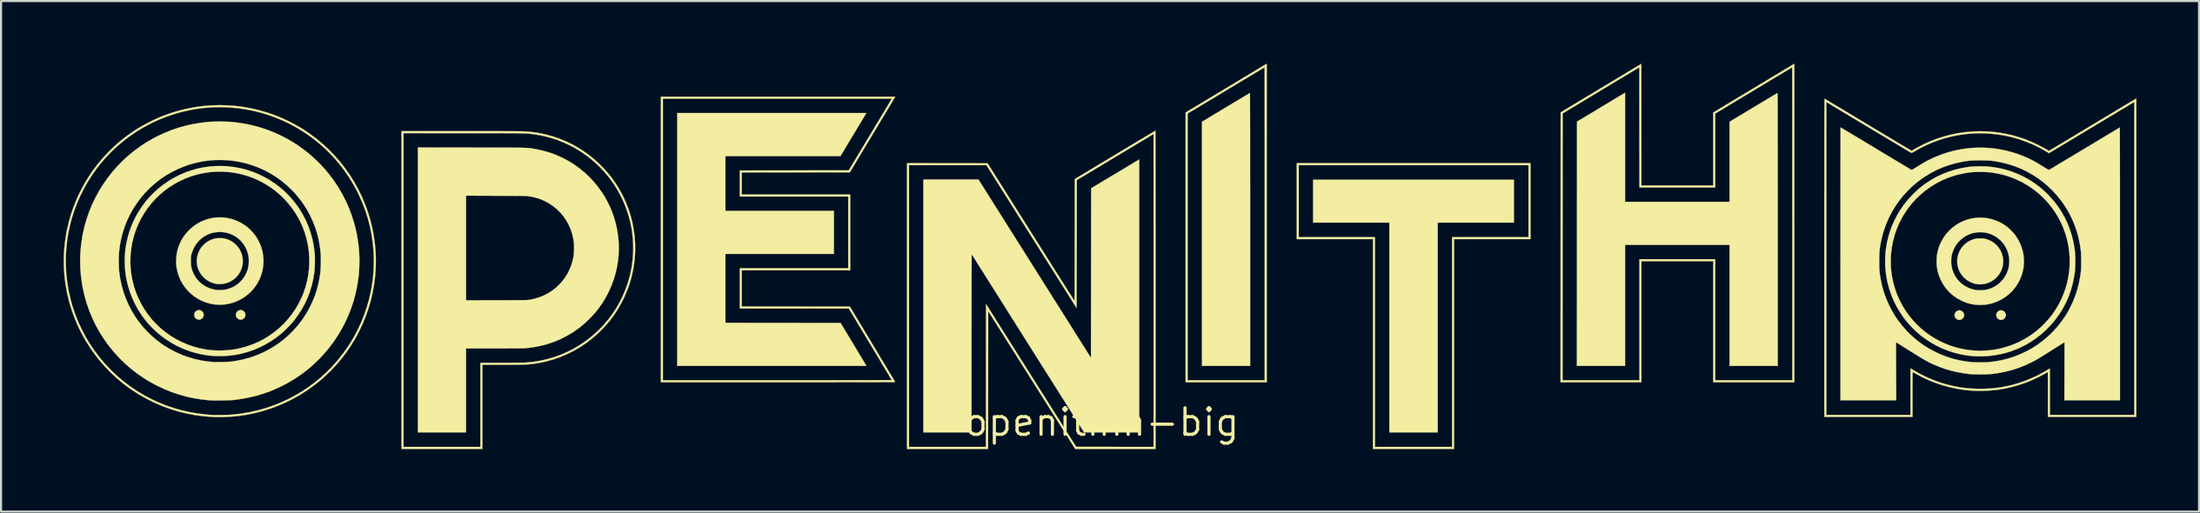
<source format=kicad_pcb>
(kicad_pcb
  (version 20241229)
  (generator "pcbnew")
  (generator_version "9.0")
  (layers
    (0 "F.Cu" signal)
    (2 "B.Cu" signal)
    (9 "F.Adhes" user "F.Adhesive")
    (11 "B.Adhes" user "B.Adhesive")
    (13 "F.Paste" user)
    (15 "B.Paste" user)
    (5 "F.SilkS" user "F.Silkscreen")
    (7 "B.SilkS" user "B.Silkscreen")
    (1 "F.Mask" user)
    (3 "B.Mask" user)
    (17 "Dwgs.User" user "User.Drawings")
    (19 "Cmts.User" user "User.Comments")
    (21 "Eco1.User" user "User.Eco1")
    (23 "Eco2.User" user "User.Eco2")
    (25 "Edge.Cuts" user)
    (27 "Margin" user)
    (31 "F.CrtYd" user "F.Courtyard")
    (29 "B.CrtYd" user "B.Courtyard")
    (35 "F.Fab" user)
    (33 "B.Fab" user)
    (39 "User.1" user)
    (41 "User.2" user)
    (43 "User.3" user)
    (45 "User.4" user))
  (footprint "openithm-big"
    (layer "F.Cu")
    (at 49.722 17.184)
    (property "Reference" "openithm-big" (at 0 0 0) (layer "F.SilkS") (effects (font (size 1.27 1.27) (thickness 0.15))))
    (attr through_hole)
    (fp_poly (pts (xy 19.748 -9.567) (xy 16.097 -9.567) (xy 16.097 0.487) (xy 13.78 0.487) (xy 13.78 -9.567) (xy 10.128 -9.567) (xy 10.128 -11.62) (xy 19.748 -11.62) (xy 19.748 -9.567)) (stroke (width 0.01) (type solid)) (fill yes) (layer "F.SilkS"))
    (fp_poly (pts (xy 20.542 -8.774) (xy 16.88 -8.774) (xy 16.88 1.281) (xy 12.996 1.281) (xy 12.996 -8.774) (xy 9.345 -8.774) (xy 9.345 -12.319) (xy 9.44 -12.319) (xy 9.44 -8.869) (xy 13.092 -8.869) (xy 13.092 1.185) (xy 16.785 1.185) (xy 16.785 -8.869) (xy 20.447 -8.869) (xy 20.447 -12.319) (xy 9.44 -12.319) (xy 9.345 -12.319) (xy 9.345 -12.414) (xy 20.542 -12.414) (xy 20.542 -8.774)) (stroke (width 0.01) (type solid)) (fill yes) (layer "F.SilkS"))
    (fp_poly (pts (xy -43.183 -5.367) (xy -43.129 -5.346) (xy -43.081 -5.309) (xy -43.046 -5.264) (xy -43.02 -5.201) (xy -43.014 -5.136) (xy -43.025 -5.073) (xy -43.052 -5.016) (xy -43.095 -4.968) (xy -43.152 -4.933) (xy -43.168 -4.927) (xy -43.222 -4.913) (xy -43.271 -4.914) (xy -43.323 -4.931) (xy -43.335 -4.936) (xy -43.394 -4.974) (xy -43.437 -5.025) (xy -43.462 -5.086) (xy -43.469 -5.143) (xy -43.46 -5.209) (xy -43.435 -5.265) (xy -43.398 -5.31) (xy -43.351 -5.344) (xy -43.297 -5.365) (xy -43.24 -5.373) (xy -43.183 -5.367)) (stroke (width 0.01) (type solid)) (fill yes) (layer "F.SilkS"))
    (fp_poly (pts (xy -41.211 -5.373) (xy -41.153 -5.355) (xy -41.101 -5.322) (xy -41.06 -5.277) (xy -41.03 -5.222) (xy -41.017 -5.158) (xy -41.017 -5.144) (xy -41.026 -5.078) (xy -41.052 -5.021) (xy -41.092 -4.973) (xy -41.142 -4.938) (xy -41.2 -4.917) (xy -41.262 -4.913) (xy -41.316 -4.925) (xy -41.362 -4.95) (xy -41.407 -4.987) (xy -41.443 -5.03) (xy -41.456 -5.053) (xy -41.474 -5.115) (xy -41.472 -5.179) (xy -41.453 -5.239) (xy -41.417 -5.294) (xy -41.367 -5.338) (xy -41.333 -5.356) (xy -41.272 -5.374) (xy -41.211 -5.373)) (stroke (width 0.01) (type solid)) (fill yes) (layer "F.SilkS"))
    (fp_poly (pts (xy 41.175 -5.342) (xy 41.234 -5.302) (xy 41.244 -5.292) (xy 41.288 -5.237) (xy 41.312 -5.177) (xy 41.317 -5.115) (xy 41.302 -5.053) (xy 41.267 -4.995) (xy 41.235 -4.962) (xy 41.178 -4.923) (xy 41.115 -4.903) (xy 41.051 -4.903) (xy 40.994 -4.92) (xy 40.945 -4.952) (xy 40.903 -4.998) (xy 40.873 -5.051) (xy 40.856 -5.108) (xy 40.856 -5.162) (xy 40.857 -5.167) (xy 40.882 -5.236) (xy 40.923 -5.292) (xy 40.978 -5.334) (xy 40.984 -5.337) (xy 41.05 -5.36) (xy 41.114 -5.361) (xy 41.175 -5.342)) (stroke (width 0.01) (type solid)) (fill yes) (layer "F.SilkS"))
    (fp_poly (pts (xy 43.11 -5.361) (xy 43.171 -5.343) (xy 43.226 -5.31) (xy 43.269 -5.265) (xy 43.272 -5.261) (xy 43.304 -5.197) (xy 43.314 -5.133) (xy 43.305 -5.07) (xy 43.274 -5.009) (xy 43.245 -4.974) (xy 43.189 -4.929) (xy 43.129 -4.905) (xy 43.066 -4.901) (xy 43.001 -4.919) (xy 42.978 -4.93) (xy 42.923 -4.968) (xy 42.885 -5.017) (xy 42.862 -5.072) (xy 42.854 -5.13) (xy 42.861 -5.188) (xy 42.882 -5.243) (xy 42.916 -5.291) (xy 42.964 -5.33) (xy 43.023 -5.355) (xy 43.05 -5.361) (xy 43.11 -5.361)) (stroke (width 0.01) (type solid)) (fill yes) (layer "F.SilkS"))
    (fp_poly (pts (xy -11.892 -13.785) (xy -12.513 -12.753) (xy -18.023 -12.753) (xy -18.023 -10.128) (xy -12.827 -10.128) (xy -12.827 -8.065) (xy -18.023 -8.065) (xy -18.023 -4.763) (xy -15.265 -4.76) (xy -12.506 -4.757) (xy -11.904 -3.757) (xy -11.823 -3.623) (xy -11.746 -3.494) (xy -11.672 -3.371) (xy -11.602 -3.255) (xy -11.538 -3.148) (xy -11.479 -3.05) (xy -11.426 -2.962) (xy -11.381 -2.887) (xy -11.344 -2.825) (xy -11.315 -2.777) (xy -11.296 -2.744) (xy -11.287 -2.729) (xy -11.286 -2.728) (xy -11.271 -2.699) (xy -20.331 -2.699) (xy -20.331 -14.817) (xy -11.272 -14.817) (xy -11.892 -13.785)) (stroke (width 0.01) (type solid)) (fill yes) (layer "F.SilkS"))
    (fp_poly (pts (xy 7.103 -15.768) (xy 7.104 -15.737) (xy 7.104 -15.685) (xy 7.105 -15.613) (xy 7.105 -15.522) (xy 7.106 -15.411) (xy 7.106 -15.281) (xy 7.107 -15.133) (xy 7.107 -14.966) (xy 7.108 -14.781) (xy 7.108 -14.579) (xy 7.109 -14.359) (xy 7.109 -14.123) (xy 7.11 -13.87) (xy 7.11 -13.601) (xy 7.11 -13.316) (xy 7.111 -13.015) (xy 7.111 -12.699) (xy 7.111 -12.369) (xy 7.111 -12.024) (xy 7.111 -11.665) (xy 7.112 -11.293) (xy 7.112 -10.907) (xy 7.112 -10.508) (xy 7.112 -10.097) (xy 7.112 -9.673) (xy 7.112 -9.24) (xy 7.112 -2.699) (xy 4.805 -2.699) (xy 4.805 -14.4) (xy 5.949 -15.087) (xy 6.091 -15.173) (xy 6.229 -15.255) (xy 6.361 -15.334) (xy 6.485 -15.409) (xy 6.601 -15.479) (xy 6.708 -15.543) (xy 6.804 -15.601) (xy 6.889 -15.651) (xy 6.962 -15.695) (xy 7.02 -15.729) (xy 7.064 -15.755) (xy 7.091 -15.772) (xy 7.102 -15.778) (xy 7.102 -15.778) (xy 7.103 -15.768)) (stroke (width 0.01) (type solid)) (fill yes) (layer "F.SilkS"))
    (fp_poly (pts (xy 25.072 -10.562) (xy 30.078 -10.562) (xy 30.078 -14.4) (xy 31.222 -15.087) (xy 31.364 -15.173) (xy 31.502 -15.255) (xy 31.634 -15.334) (xy 31.758 -15.409) (xy 31.874 -15.479) (xy 31.981 -15.543) (xy 32.077 -15.601) (xy 32.162 -15.651) (xy 32.234 -15.695) (xy 32.293 -15.729) (xy 32.337 -15.755) (xy 32.364 -15.772) (xy 32.375 -15.778) (xy 32.375 -15.778) (xy 32.376 -15.768) (xy 32.377 -15.737) (xy 32.377 -15.685) (xy 32.378 -15.613) (xy 32.378 -15.522) (xy 32.379 -15.411) (xy 32.379 -15.281) (xy 32.38 -15.132) (xy 32.38 -14.965) (xy 32.381 -14.779) (xy 32.381 -14.576) (xy 32.382 -14.356) (xy 32.382 -14.118) (xy 32.383 -13.864) (xy 32.383 -13.593) (xy 32.383 -13.307) (xy 32.384 -13.004) (xy 32.384 -12.687) (xy 32.384 -12.354) (xy 32.384 -12.007) (xy 32.384 -11.645) (xy 32.385 -11.27) (xy 32.385 -10.881) (xy 32.385 -10.478) (xy 32.385 -10.063) (xy 32.385 -9.635) (xy 32.385 -9.24) (xy 32.385 -2.699) (xy 30.078 -2.699) (xy 30.078 -8.498) (xy 25.072 -8.498) (xy 25.072 -2.699) (xy 22.765 -2.699) (xy 22.767 -8.553) (xy 22.77 -14.406) (xy 23.921 -15.098) (xy 25.072 -15.79) (xy 25.072 -10.562)) (stroke (width 0.01) (type solid)) (fill yes) (layer "F.SilkS"))
    (fp_poly (pts (xy 42.148 -8.809) (xy 42.202 -8.807) (xy 42.245 -8.804) (xy 42.285 -8.798) (xy 42.325 -8.789) (xy 42.339 -8.785) (xy 42.489 -8.736) (xy 42.627 -8.669) (xy 42.753 -8.586) (xy 42.866 -8.487) (xy 42.964 -8.372) (xy 43.048 -8.242) (xy 43.073 -8.195) (xy 43.13 -8.057) (xy 43.168 -7.913) (xy 43.186 -7.767) (xy 43.183 -7.62) (xy 43.161 -7.474) (xy 43.118 -7.331) (xy 43.085 -7.252) (xy 43.011 -7.119) (xy 42.923 -6.999) (xy 42.82 -6.894) (xy 42.706 -6.803) (xy 42.582 -6.728) (xy 42.449 -6.671) (xy 42.31 -6.631) (xy 42.165 -6.61) (xy 42.017 -6.609) (xy 41.941 -6.616) (xy 41.817 -6.641) (xy 41.69 -6.683) (xy 41.567 -6.741) (xy 41.451 -6.811) (xy 41.393 -6.854) (xy 41.284 -6.954) (xy 41.19 -7.068) (xy 41.112 -7.193) (xy 41.051 -7.327) (xy 41.009 -7.467) (xy 40.985 -7.612) (xy 40.982 -7.76) (xy 40.982 -7.763) (xy 41 -7.914) (xy 41.038 -8.058) (xy 41.094 -8.194) (xy 41.166 -8.321) (xy 41.255 -8.437) (xy 41.358 -8.54) (xy 41.474 -8.629) (xy 41.603 -8.703) (xy 41.743 -8.761) (xy 41.81 -8.781) (xy 41.855 -8.792) (xy 41.895 -8.8) (xy 41.935 -8.805) (xy 41.981 -8.808) (xy 42.039 -8.809) (xy 42.079 -8.809) (xy 42.148 -8.809)) (stroke (width 0.01) (type solid)) (fill yes) (layer "F.SilkS"))
    (fp_poly (pts (xy -42.238 -8.82) (xy -42.17 -8.819) (xy -42.118 -8.817) (xy -42.075 -8.814) (xy -42.035 -8.807) (xy -41.994 -8.798) (xy -41.969 -8.791) (xy -41.826 -8.743) (xy -41.694 -8.678) (xy -41.575 -8.598) (xy -41.468 -8.505) (xy -41.375 -8.401) (xy -41.297 -8.286) (xy -41.233 -8.163) (xy -41.185 -8.033) (xy -41.154 -7.898) (xy -41.141 -7.759) (xy -41.145 -7.618) (xy -41.168 -7.477) (xy -41.21 -7.337) (xy -41.255 -7.235) (xy -41.332 -7.102) (xy -41.425 -6.983) (xy -41.533 -6.88) (xy -41.655 -6.791) (xy -41.767 -6.729) (xy -41.898 -6.676) (xy -42.035 -6.64) (xy -42.176 -6.621) (xy -42.314 -6.62) (xy -42.409 -6.63) (xy -42.557 -6.665) (xy -42.696 -6.718) (xy -42.826 -6.788) (xy -42.944 -6.873) (xy -43.049 -6.973) (xy -43.141 -7.085) (xy -43.217 -7.209) (xy -43.278 -7.343) (xy -43.32 -7.486) (xy -43.343 -7.635) (xy -43.344 -7.647) (xy -43.345 -7.786) (xy -43.326 -7.928) (xy -43.288 -8.069) (xy -43.231 -8.206) (xy -43.158 -8.336) (xy -43.148 -8.352) (xy -43.104 -8.409) (xy -43.047 -8.472) (xy -42.983 -8.535) (xy -42.917 -8.593) (xy -42.855 -8.639) (xy -42.852 -8.641) (xy -42.76 -8.695) (xy -42.656 -8.743) (xy -42.548 -8.782) (xy -42.493 -8.798) (xy -42.451 -8.807) (xy -42.41 -8.814) (xy -42.365 -8.818) (xy -42.311 -8.82) (xy -42.24 -8.82) (xy -42.238 -8.82)) (stroke (width 0.01) (type solid)) (fill yes) (layer "F.SilkS"))
    (fp_poly (pts (xy 7.906 -1.916) (xy 4.022 -1.916) (xy 4.022 -8.379) (xy 4.022 -14.792) (xy 4.117 -14.792) (xy 4.117 -2.011) (xy 7.811 -2.011) (xy 7.811 -9.509) (xy 7.81 -9.907) (xy 7.81 -10.299) (xy 7.81 -10.686) (xy 7.81 -11.066) (xy 7.81 -11.439) (xy 7.81 -11.806) (xy 7.81 -12.164) (xy 7.81 -12.514) (xy 7.81 -12.854) (xy 7.81 -13.186) (xy 7.81 -13.507) (xy 7.81 -13.818) (xy 7.809 -14.117) (xy 7.809 -14.405) (xy 7.809 -14.681) (xy 7.809 -14.944) (xy 7.809 -15.194) (xy 7.809 -15.431) (xy 7.808 -15.652) (xy 7.808 -15.86) (xy 7.808 -16.051) (xy 7.808 -16.227) (xy 7.808 -16.387) (xy 7.807 -16.529) (xy 7.807 -16.654) (xy 7.807 -16.761) (xy 7.807 -16.85) (xy 7.806 -16.919) (xy 7.806 -16.969) (xy 7.806 -16.998) (xy 7.806 -17.007) (xy 7.796 -17.002) (xy 7.769 -16.986) (xy 7.726 -16.961) (xy 7.668 -16.926) (xy 7.594 -16.882) (xy 7.507 -16.829) (xy 7.407 -16.769) (xy 7.294 -16.702) (xy 7.17 -16.628) (xy 7.036 -16.547) (xy 6.893 -16.461) (xy 6.74 -16.369) (xy 6.58 -16.273) (xy 6.412 -16.173) (xy 6.239 -16.068) (xy 6.06 -15.961) (xy 5.959 -15.9) (xy 4.117 -14.792) (xy 4.022 -14.792) (xy 4.022 -14.843) (xy 5.94 -15.996) (xy 6.125 -16.108) (xy 6.306 -16.216) (xy 6.482 -16.322) (xy 6.651 -16.423) (xy 6.812 -16.521) (xy 6.966 -16.613) (xy 7.111 -16.7) (xy 7.246 -16.781) (xy 7.37 -16.856) (xy 7.483 -16.924) (xy 7.584 -16.985) (xy 7.672 -17.037) (xy 7.745 -17.082) (xy 7.804 -17.117) (xy 7.847 -17.143) (xy 7.873 -17.159) (xy 7.882 -17.164) (xy 7.906 -17.179) (xy 7.906 -1.916)) (stroke (width 0.01) (type solid)) (fill yes) (layer "F.SilkS"))
    (fp_poly (pts (xy 1.799 0.487) (xy 0.479 0.487) (xy -0.841 0.487) (xy -3.4 -3.569) (xy -3.57 -3.84) (xy -3.739 -4.107) (xy -3.904 -4.369) (xy -4.067 -4.627) (xy -4.226 -4.879) (xy -4.381 -5.125) (xy -4.532 -5.364) (xy -4.678 -5.596) (xy -4.819 -5.82) (xy -4.955 -6.036) (xy -5.085 -6.242) (xy -5.209 -6.439) (xy -5.327 -6.625) (xy -5.437 -6.801) (xy -5.541 -6.965) (xy -5.636 -7.117) (xy -5.724 -7.256) (xy -5.803 -7.381) (xy -5.874 -7.493) (xy -5.935 -7.591) (xy -5.987 -7.673) (xy -6.029 -7.739) (xy -6.06 -7.789) (xy -6.081 -7.822) (xy -6.088 -7.834) (xy -6.125 -7.893) (xy -6.159 -7.946) (xy -6.187 -7.989) (xy -6.209 -8.022) (xy -6.222 -8.04) (xy -6.226 -8.043) (xy -6.226 -8.032) (xy -6.227 -8.002) (xy -6.227 -7.951) (xy -6.228 -7.881) (xy -6.228 -7.793) (xy -6.229 -7.687) (xy -6.229 -7.565) (xy -6.23 -7.426) (xy -6.23 -7.272) (xy -6.231 -7.102) (xy -6.231 -6.919) (xy -6.231 -6.723) (xy -6.232 -6.513) (xy -6.232 -6.292) (xy -6.232 -6.059) (xy -6.233 -5.816) (xy -6.233 -5.563) (xy -6.233 -5.3) (xy -6.233 -5.03) (xy -6.233 -4.751) (xy -6.233 -4.466) (xy -6.234 -4.174) (xy -6.234 -3.876) (xy -6.234 -3.778) (xy -6.234 0.487) (xy -8.541 0.487) (xy -8.541 -11.631) (xy -5.9 -11.63) (xy -4.371 -9.204) (xy -4.223 -8.969) (xy -4.069 -8.724) (xy -3.909 -8.471) (xy -3.745 -8.211) (xy -3.579 -7.946) (xy -3.41 -7.679) (xy -3.24 -7.409) (xy -3.07 -7.14) (xy -2.902 -6.873) (xy -2.736 -6.61) (xy -2.573 -6.351) (xy -2.415 -6.1) (xy -2.262 -5.858) (xy -2.116 -5.626) (xy -1.977 -5.406) (xy -1.847 -5.2) (xy -1.727 -5.009) (xy -1.678 -4.932) (xy -0.513 -3.085) (xy -0.508 -7.149) (xy -0.503 -11.212) (xy 0.648 -11.903) (xy 1.799 -12.593) (xy 1.799 0.487)) (stroke (width 0.01) (type solid)) (fill yes) (layer "F.SilkS"))
    (fp_poly (pts (xy 33.179 -1.916) (xy 29.295 -1.916) (xy 29.295 -7.715) (xy 25.855 -7.715) (xy 25.855 -1.916) (xy 21.982 -1.916) (xy 21.982 -2.011) (xy 22.077 -2.011) (xy 25.76 -2.011) (xy 25.76 -7.811) (xy 29.39 -7.811) (xy 29.39 -2.011) (xy 33.084 -2.011) (xy 33.084 -9.509) (xy 33.083 -9.907) (xy 33.083 -10.299) (xy 33.083 -10.686) (xy 33.083 -11.066) (xy 33.083 -11.439) (xy 33.083 -11.806) (xy 33.083 -12.164) (xy 33.083 -12.514) (xy 33.083 -12.854) (xy 33.083 -13.186) (xy 33.083 -13.507) (xy 33.083 -13.818) (xy 33.082 -14.117) (xy 33.082 -14.405) (xy 33.082 -14.681) (xy 33.082 -14.944) (xy 33.082 -15.194) (xy 33.082 -15.431) (xy 33.081 -15.652) (xy 33.081 -15.86) (xy 33.081 -16.051) (xy 33.081 -16.227) (xy 33.081 -16.387) (xy 33.08 -16.529) (xy 33.08 -16.654) (xy 33.08 -16.761) (xy 33.08 -16.85) (xy 33.079 -16.919) (xy 33.079 -16.969) (xy 33.079 -16.998) (xy 33.079 -17.007) (xy 33.069 -17.002) (xy 33.042 -16.986) (xy 32.999 -16.961) (xy 32.941 -16.926) (xy 32.867 -16.882) (xy 32.78 -16.829) (xy 32.68 -16.769) (xy 32.567 -16.702) (xy 32.444 -16.628) (xy 32.309 -16.547) (xy 32.166 -16.461) (xy 32.013 -16.369) (xy 31.853 -16.273) (xy 31.685 -16.172) (xy 31.512 -16.068) (xy 31.333 -15.961) (xy 31.232 -15.9) (xy 29.39 -14.792) (xy 29.39 -11.25) (xy 25.76 -11.25) (xy 25.757 -14.129) (xy 25.755 -17.008) (xy 23.918 -15.904) (xy 22.082 -14.799) (xy 22.079 -8.405) (xy 22.077 -2.011) (xy 21.982 -2.011) (xy 21.984 -8.383) (xy 21.987 -14.85) (xy 23.918 -16.011) (xy 25.85 -17.173) (xy 25.852 -14.259) (xy 25.855 -11.345) (xy 29.295 -11.345) (xy 29.295 -13.094) (xy 29.295 -14.843) (xy 31.213 -15.996) (xy 31.398 -16.108) (xy 31.579 -16.216) (xy 31.755 -16.322) (xy 31.924 -16.423) (xy 32.085 -16.521) (xy 32.239 -16.613) (xy 32.384 -16.7) (xy 32.519 -16.781) (xy 32.643 -16.856) (xy 32.756 -16.924) (xy 32.857 -16.985) (xy 32.945 -17.037) (xy 33.018 -17.082) (xy 33.077 -17.117) (xy 33.12 -17.143) (xy 33.146 -17.159) (xy 33.155 -17.164) (xy 33.179 -17.179) (xy 33.179 -1.916)) (stroke (width 0.01) (type solid)) (fill yes) (layer "F.SilkS"))
    (fp_poly (pts (xy 2.575 -13.959) (xy 2.575 -13.928) (xy 2.576 -13.877) (xy 2.576 -13.806) (xy 2.576 -13.716) (xy 2.577 -13.608) (xy 2.577 -13.481) (xy 2.578 -13.338) (xy 2.578 -13.177) (xy 2.578 -12.999) (xy 2.579 -12.806) (xy 2.579 -12.598) (xy 2.579 -12.375) (xy 2.58 -12.137) (xy 2.58 -11.886) (xy 2.58 -11.621) (xy 2.58 -11.344) (xy 2.581 -11.054) (xy 2.581 -10.753) (xy 2.581 -10.44) (xy 2.581 -10.118) (xy 2.581 -9.784) (xy 2.582 -9.442) (xy 2.582 -9.09) (xy 2.582 -8.73) (xy 2.582 -8.362) (xy 2.582 -7.986) (xy 2.582 -7.604) (xy 2.582 -7.215) (xy 2.582 -6.82) (xy 2.582 -6.42) (xy 2.582 -6.345) (xy 2.582 1.281) (xy -1.268 1.281) (xy -3.351 -2.022) (xy -5.435 -5.324) (xy -5.437 -2.022) (xy -5.44 1.281) (xy -9.324 1.281) (xy -9.324 -12.319) (xy -9.229 -12.319) (xy -9.229 1.185) (xy -5.546 1.185) (xy -5.543 -2.24) (xy -5.54 -5.665) (xy -3.381 -2.242) (xy -1.222 1.18) (xy 0.632 1.183) (xy 2.487 1.185) (xy 2.487 -13.812) (xy 2.456 -13.794) (xy 2.444 -13.787) (xy 2.415 -13.769) (xy 2.369 -13.742) (xy 2.308 -13.705) (xy 2.232 -13.66) (xy 2.142 -13.606) (xy 2.04 -13.544) (xy 1.925 -13.476) (xy 1.8 -13.4) (xy 1.664 -13.319) (xy 1.519 -13.231) (xy 1.366 -13.139) (xy 1.204 -13.042) (xy 1.037 -12.942) (xy 0.863 -12.837) (xy 0.684 -12.73) (xy 0.617 -12.69) (xy -1.191 -11.603) (xy -1.196 -8.537) (xy -1.201 -5.471) (xy -5.519 -12.319) (xy -9.229 -12.319) (xy -9.324 -12.319) (xy -9.324 -12.414) (xy -7.396 -12.412) (xy -5.467 -12.409) (xy -3.387 -9.11) (xy -3.235 -8.868) (xy -3.085 -8.63) (xy -2.938 -8.398) (xy -2.796 -8.172) (xy -2.657 -7.952) (xy -2.522 -7.739) (xy -2.393 -7.534) (xy -2.269 -7.338) (xy -2.15 -7.15) (xy -2.037 -6.972) (xy -1.931 -6.804) (xy -1.832 -6.647) (xy -1.74 -6.502) (xy -1.655 -6.368) (xy -1.579 -6.247) (xy -1.51 -6.14) (xy -1.451 -6.047) (xy -1.401 -5.968) (xy -1.36 -5.904) (xy -1.33 -5.857) (xy -1.309 -5.825) (xy -1.3 -5.811) (xy -1.299 -5.81) (xy -1.298 -5.821) (xy -1.298 -5.852) (xy -1.297 -5.902) (xy -1.296 -5.971) (xy -1.296 -6.057) (xy -1.295 -6.161) (xy -1.294 -6.28) (xy -1.294 -6.415) (xy -1.293 -6.564) (xy -1.293 -6.726) (xy -1.292 -6.902) (xy -1.291 -7.089) (xy -1.291 -7.287) (xy -1.29 -7.495) (xy -1.29 -7.712) (xy -1.29 -7.937) (xy -1.289 -8.171) (xy -1.289 -8.41) (xy -1.289 -8.656) (xy -1.289 -8.732) (xy -1.286 -11.654) (xy 0.64 -12.812) (xy 0.826 -12.923) (xy 1.007 -13.032) (xy 1.182 -13.137) (xy 1.351 -13.238) (xy 1.512 -13.335) (xy 1.666 -13.427) (xy 1.81 -13.514) (xy 1.944 -13.594) (xy 2.068 -13.668) (xy 2.18 -13.736) (xy 2.28 -13.795) (xy 2.367 -13.847) (xy 2.44 -13.891) (xy 2.498 -13.925) (xy 2.54 -13.95) (xy 2.566 -13.965) (xy 2.574 -13.97) (xy 2.575 -13.959)) (stroke (width 0.01) (type solid)) (fill yes) (layer "F.SilkS"))
    (fp_poly (pts (xy -10.975 -13.787) (xy -12.064 -11.975) (xy -17.24 -11.97) (xy -17.24 -10.911) (xy -12.044 -10.911) (xy -12.044 -7.281) (xy -17.24 -7.281) (xy -17.24 -5.546) (xy -12.061 -5.54) (xy -11.908 -5.286) (xy -11.886 -5.249) (xy -11.853 -5.195) (xy -11.811 -5.126) (xy -11.76 -5.041) (xy -11.701 -4.943) (xy -11.635 -4.832) (xy -11.562 -4.71) (xy -11.482 -4.578) (xy -11.398 -4.437) (xy -11.308 -4.288) (xy -11.215 -4.133) (xy -11.118 -3.972) (xy -11.019 -3.806) (xy -10.917 -3.637) (xy -10.824 -3.482) (xy -10.724 -3.316) (xy -10.627 -3.154) (xy -10.534 -2.998) (xy -10.444 -2.849) (xy -10.359 -2.708) (xy -10.28 -2.575) (xy -10.206 -2.452) (xy -10.138 -2.34) (xy -10.078 -2.239) (xy -10.024 -2.15) (xy -9.979 -2.074) (xy -9.942 -2.013) (xy -9.914 -1.967) (xy -9.896 -1.937) (xy -9.889 -1.924) (xy -9.888 -1.924) (xy -9.899 -1.923) (xy -9.929 -1.923) (xy -9.98 -1.922) (xy -10.05 -1.922) (xy -10.139 -1.921) (xy -10.245 -1.921) (xy -10.37 -1.92) (xy -10.511 -1.92) (xy -10.668 -1.919) (xy -10.841 -1.919) (xy -11.029 -1.919) (xy -11.232 -1.918) (xy -11.448 -1.918) (xy -11.678 -1.918) (xy -11.92 -1.917) (xy -12.174 -1.917) (xy -12.439 -1.917) (xy -12.715 -1.917) (xy -13.001 -1.916) (xy -13.297 -1.916) (xy -13.601 -1.916) (xy -13.914 -1.916) (xy -14.234 -1.916) (xy -14.562 -1.916) (xy -14.895 -1.916) (xy -15.235 -1.916) (xy -15.499 -1.916) (xy -21.114 -1.916) (xy -21.114 -15.505) (xy -21.018 -15.505) (xy -21.018 -2.011) (xy -15.535 -2.011) (xy -15.126 -2.011) (xy -14.73 -2.011) (xy -14.348 -2.011) (xy -13.979 -2.011) (xy -13.625 -2.011) (xy -13.286 -2.011) (xy -12.961 -2.012) (xy -12.652 -2.012) (xy -12.358 -2.012) (xy -12.08 -2.013) (xy -11.819 -2.013) (xy -11.574 -2.013) (xy -11.346 -2.014) (xy -11.136 -2.014) (xy -10.943 -2.015) (xy -10.768 -2.015) (xy -10.612 -2.016) (xy -10.474 -2.016) (xy -10.355 -2.017) (xy -10.255 -2.018) (xy -10.176 -2.018) (xy -10.116 -2.019) (xy -10.076 -2.02) (xy -10.058 -2.02) (xy -10.056 -2.021) (xy -10.062 -2.031) (xy -10.078 -2.058) (xy -10.104 -2.101) (xy -10.139 -2.16) (xy -10.183 -2.234) (xy -10.235 -2.321) (xy -10.295 -2.421) (xy -10.362 -2.533) (xy -10.436 -2.656) (xy -10.516 -2.79) (xy -10.601 -2.932) (xy -10.691 -3.083) (xy -10.786 -3.241) (xy -10.885 -3.405) (xy -10.987 -3.576) (xy -11.086 -3.74) (xy -12.113 -5.45) (xy -14.724 -5.45) (xy -17.335 -5.45) (xy -17.335 -7.377) (xy -12.139 -7.377) (xy -12.139 -10.816) (xy -17.335 -10.816) (xy -17.335 -12.065) (xy -14.725 -12.068) (xy -12.114 -12.07) (xy -11.1 -13.758) (xy -10.995 -13.932) (xy -10.893 -14.102) (xy -10.795 -14.266) (xy -10.7 -14.423) (xy -10.61 -14.573) (xy -10.525 -14.715) (xy -10.445 -14.847) (xy -10.372 -14.97) (xy -10.305 -15.081) (xy -10.246 -15.18) (xy -10.194 -15.267) (xy -10.15 -15.34) (xy -10.115 -15.398) (xy -10.09 -15.441) (xy -10.074 -15.467) (xy -10.069 -15.475) (xy -10.054 -15.505) (xy -21.018 -15.505) (xy -21.114 -15.505) (xy -21.114 -15.6) (xy -9.886 -15.6) (xy -10.975 -13.787)) (stroke (width 0.01) (type solid)) (fill yes) (layer "F.SilkS"))
    (fp_poly (pts (xy 42.222 -9.8) (xy 42.422 -9.777) (xy 42.62 -9.734) (xy 42.816 -9.672) (xy 42.988 -9.598) (xy 43.106 -9.537) (xy 43.225 -9.466) (xy 43.335 -9.39) (xy 43.408 -9.334) (xy 43.455 -9.293) (xy 43.51 -9.241) (xy 43.569 -9.182) (xy 43.627 -9.122) (xy 43.68 -9.065) (xy 43.724 -9.014) (xy 43.743 -8.991) (xy 43.863 -8.815) (xy 43.965 -8.631) (xy 44.047 -8.44) (xy 44.109 -8.243) (xy 44.152 -8.041) (xy 44.175 -7.836) (xy 44.177 -7.628) (xy 44.159 -7.42) (xy 44.148 -7.349) (xy 44.103 -7.148) (xy 44.038 -6.956) (xy 43.956 -6.772) (xy 43.857 -6.598) (xy 43.742 -6.434) (xy 43.613 -6.283) (xy 43.47 -6.144) (xy 43.314 -6.019) (xy 43.147 -5.909) (xy 42.97 -5.815) (xy 42.783 -5.738) (xy 42.589 -5.679) (xy 42.387 -5.64) (xy 42.358 -5.636) (xy 42.278 -5.628) (xy 42.184 -5.623) (xy 42.083 -5.621) (xy 41.983 -5.623) (xy 41.89 -5.627) (xy 41.81 -5.635) (xy 41.804 -5.636) (xy 41.622 -5.669) (xy 41.443 -5.72) (xy 41.265 -5.789) (xy 41.18 -5.828) (xy 40.996 -5.927) (xy 40.824 -6.044) (xy 40.667 -6.175) (xy 40.523 -6.32) (xy 40.395 -6.479) (xy 40.283 -6.649) (xy 40.188 -6.831) (xy 40.11 -7.022) (xy 40.051 -7.221) (xy 40.011 -7.428) (xy 40.01 -7.436) (xy 40.002 -7.513) (xy 39.997 -7.605) (xy 39.996 -7.706) (xy 39.997 -7.722) (xy 40.694 -7.722) (xy 40.696 -7.61) (xy 40.706 -7.509) (xy 40.708 -7.492) (xy 40.746 -7.324) (xy 40.802 -7.165) (xy 40.876 -7.017) (xy 40.966 -6.879) (xy 41.072 -6.754) (xy 41.191 -6.642) (xy 41.324 -6.545) (xy 41.468 -6.463) (xy 41.624 -6.398) (xy 41.788 -6.351) (xy 41.875 -6.334) (xy 41.959 -6.325) (xy 42.056 -6.322) (xy 42.16 -6.324) (xy 42.262 -6.332) (xy 42.355 -6.345) (xy 42.397 -6.354) (xy 42.56 -6.401) (xy 42.71 -6.464) (xy 42.849 -6.544) (xy 42.979 -6.642) (xy 43.069 -6.725) (xy 43.183 -6.853) (xy 43.279 -6.993) (xy 43.358 -7.143) (xy 43.418 -7.301) (xy 43.436 -7.363) (xy 43.456 -7.464) (xy 43.47 -7.577) (xy 43.476 -7.695) (xy 43.475 -7.811) (xy 43.465 -7.916) (xy 43.461 -7.942) (xy 43.423 -8.107) (xy 43.367 -8.264) (xy 43.294 -8.409) (xy 43.206 -8.544) (xy 43.103 -8.666) (xy 42.989 -8.775) (xy 42.863 -8.87) (xy 42.727 -8.951) (xy 42.583 -9.016) (xy 42.432 -9.064) (xy 42.274 -9.095) (xy 42.113 -9.107) (xy 41.948 -9.1) (xy 41.781 -9.073) (xy 41.742 -9.064) (xy 41.58 -9.012) (xy 41.427 -8.943) (xy 41.285 -8.856) (xy 41.156 -8.753) (xy 41.039 -8.636) (xy 40.937 -8.505) (xy 40.851 -8.362) (xy 40.782 -8.208) (xy 40.73 -8.044) (xy 40.729 -8.041) (xy 40.711 -7.945) (xy 40.699 -7.836) (xy 40.694 -7.722) (xy 39.997 -7.722) (xy 39.998 -7.808) (xy 40.003 -7.908) (xy 40.011 -7.997) (xy 40.021 -8.065) (xy 40.069 -8.273) (xy 40.136 -8.473) (xy 40.223 -8.664) (xy 40.328 -8.845) (xy 40.451 -9.016) (xy 40.581 -9.164) (xy 40.733 -9.307) (xy 40.895 -9.432) (xy 41.067 -9.539) (xy 41.247 -9.629) (xy 41.434 -9.701) (xy 41.626 -9.754) (xy 41.822 -9.788) (xy 42.021 -9.804) (xy 42.222 -9.8)) (stroke (width 0.01) (type solid)) (fill yes) (layer "F.SilkS"))
    (fp_poly (pts (xy -42.016 -9.806) (xy -41.815 -9.773) (xy -41.615 -9.721) (xy -41.608 -9.719) (xy -41.411 -9.644) (xy -41.223 -9.551) (xy -41.047 -9.441) (xy -40.882 -9.314) (xy -40.731 -9.172) (xy -40.595 -9.015) (xy -40.502 -8.887) (xy -40.456 -8.812) (xy -40.407 -8.723) (xy -40.358 -8.627) (xy -40.313 -8.53) (xy -40.276 -8.439) (xy -40.254 -8.379) (xy -40.199 -8.179) (xy -40.165 -7.975) (xy -40.15 -7.769) (xy -40.156 -7.563) (xy -40.182 -7.359) (xy -40.228 -7.158) (xy -40.294 -6.962) (xy -40.36 -6.81) (xy -40.461 -6.627) (xy -40.578 -6.457) (xy -40.71 -6.3) (xy -40.857 -6.157) (xy -41.016 -6.03) (xy -41.187 -5.918) (xy -41.368 -5.824) (xy -41.559 -5.747) (xy -41.758 -5.688) (xy -41.964 -5.649) (xy -42.021 -5.641) (xy -42.103 -5.635) (xy -42.198 -5.632) (xy -42.299 -5.633) (xy -42.398 -5.637) (xy -42.487 -5.644) (xy -42.513 -5.647) (xy -42.717 -5.685) (xy -42.914 -5.741) (xy -43.102 -5.816) (xy -43.281 -5.908) (xy -43.449 -6.016) (xy -43.606 -6.139) (xy -43.751 -6.276) (xy -43.882 -6.426) (xy -43.998 -6.588) (xy -44.099 -6.761) (xy -44.184 -6.944) (xy -44.251 -7.135) (xy -44.3 -7.335) (xy -44.324 -7.493) (xy -44.331 -7.586) (xy -44.333 -7.691) (xy -44.332 -7.731) (xy -43.629 -7.731) (xy -43.629 -7.65) (xy -43.627 -7.585) (xy -43.624 -7.533) (xy -43.619 -7.488) (xy -43.612 -7.448) (xy -43.61 -7.44) (xy -43.563 -7.272) (xy -43.498 -7.114) (xy -43.416 -6.968) (xy -43.318 -6.834) (xy -43.205 -6.713) (xy -43.079 -6.607) (xy -42.94 -6.516) (xy -42.79 -6.442) (xy -42.629 -6.384) (xy -42.459 -6.346) (xy -42.453 -6.345) (xy -42.369 -6.335) (xy -42.272 -6.332) (xy -42.168 -6.335) (xy -42.066 -6.343) (xy -41.973 -6.356) (xy -41.931 -6.364) (xy -41.763 -6.414) (xy -41.607 -6.481) (xy -41.462 -6.565) (xy -41.33 -6.667) (xy -41.21 -6.786) (xy -41.133 -6.879) (xy -41.042 -7.014) (xy -40.969 -7.155) (xy -40.912 -7.305) (xy -40.887 -7.392) (xy -40.87 -7.48) (xy -40.858 -7.582) (xy -40.853 -7.69) (xy -40.853 -7.797) (xy -40.86 -7.898) (xy -40.867 -7.95) (xy -40.905 -8.117) (xy -40.962 -8.275) (xy -41.037 -8.424) (xy -41.128 -8.562) (xy -41.234 -8.688) (xy -41.355 -8.801) (xy -41.488 -8.898) (xy -41.634 -8.98) (xy -41.791 -9.044) (xy -41.807 -9.05) (xy -41.965 -9.09) (xy -42.128 -9.112) (xy -42.295 -9.116) (xy -42.46 -9.1) (xy -42.622 -9.066) (xy -42.683 -9.048) (xy -42.838 -8.987) (xy -42.983 -8.907) (xy -43.117 -8.811) (xy -43.239 -8.7) (xy -43.347 -8.574) (xy -43.44 -8.436) (xy -43.518 -8.286) (xy -43.578 -8.127) (xy -43.601 -8.046) (xy -43.611 -8.004) (xy -43.618 -7.966) (xy -43.623 -7.93) (xy -43.627 -7.89) (xy -43.628 -7.841) (xy -43.629 -7.778) (xy -43.629 -7.731) (xy -44.332 -7.731) (xy -44.331 -7.803) (xy -44.324 -7.915) (xy -44.314 -8.021) (xy -44.3 -8.113) (xy -44.297 -8.128) (xy -44.244 -8.336) (xy -44.173 -8.531) (xy -44.086 -8.715) (xy -43.98 -8.889) (xy -43.855 -9.053) (xy -43.712 -9.209) (xy -43.691 -9.229) (xy -43.535 -9.366) (xy -43.368 -9.486) (xy -43.191 -9.588) (xy -43.007 -9.671) (xy -42.816 -9.737) (xy -42.62 -9.783) (xy -42.421 -9.81) (xy -42.219 -9.818) (xy -42.016 -9.806)) (stroke (width 0.01) (type solid)) (fill yes) (layer "F.SilkS"))
    (fp_poly (pts (xy -30.181 -13.163) (xy -29.902 -13.162) (xy -29.644 -13.162) (xy -29.405 -13.161) (xy -29.185 -13.161) (xy -28.982 -13.161) (xy -28.797 -13.16) (xy -28.627 -13.16) (xy -28.472 -13.159) (xy -28.331 -13.159) (xy -28.204 -13.158) (xy -28.089 -13.157) (xy -27.986 -13.156) (xy -27.894 -13.155) (xy -27.811 -13.154) (xy -27.738 -13.152) (xy -27.673 -13.15) (xy -27.614 -13.148) (xy -27.563 -13.146) (xy -27.517 -13.144) (xy -27.475 -13.141) (xy -27.437 -13.138) (xy -27.402 -13.134) (xy -27.37 -13.13) (xy -27.338 -13.126) (xy -27.307 -13.121) (xy -27.275 -13.116) (xy -27.242 -13.111) (xy -27.206 -13.105) (xy -27.167 -13.098) (xy -27.158 -13.097) (xy -26.973 -13.062) (xy -26.778 -13.016) (xy -26.58 -12.962) (xy -26.386 -12.902) (xy -26.202 -12.836) (xy -26.089 -12.79) (xy -25.795 -12.655) (xy -25.513 -12.502) (xy -25.244 -12.333) (xy -24.988 -12.146) (xy -24.745 -11.944) (xy -24.515 -11.725) (xy -24.3 -11.491) (xy -24.099 -11.242) (xy -23.913 -10.978) (xy -23.807 -10.811) (xy -23.771 -10.748) (xy -23.729 -10.67) (xy -23.683 -10.581) (xy -23.635 -10.487) (xy -23.588 -10.391) (xy -23.545 -10.299) (xy -23.507 -10.215) (xy -23.476 -10.143) (xy -23.468 -10.123) (xy -23.361 -9.821) (xy -23.274 -9.514) (xy -23.207 -9.204) (xy -23.16 -8.892) (xy -23.134 -8.578) (xy -23.129 -8.265) (xy -23.145 -7.952) (xy -23.166 -7.746) (xy -23.217 -7.435) (xy -23.288 -7.128) (xy -23.378 -6.826) (xy -23.488 -6.531) (xy -23.616 -6.244) (xy -23.762 -5.966) (xy -23.926 -5.698) (xy -24.107 -5.443) (xy -24.112 -5.437) (xy -24.258 -5.256) (xy -24.419 -5.076) (xy -24.591 -4.9) (xy -24.77 -4.734) (xy -24.951 -4.581) (xy -25.082 -4.48) (xy -25.348 -4.298) (xy -25.623 -4.135) (xy -25.906 -3.991) (xy -26.198 -3.866) (xy -26.497 -3.761) (xy -26.804 -3.675) (xy -27.116 -3.61) (xy -27.435 -3.564) (xy -27.649 -3.546) (xy -27.682 -3.544) (xy -27.734 -3.543) (xy -27.805 -3.542) (xy -27.894 -3.54) (xy -27.998 -3.539) (xy -28.117 -3.538) (xy -28.25 -3.537) (xy -28.395 -3.537) (xy -28.55 -3.536) (xy -28.716 -3.536) (xy -28.889 -3.535) (xy -29.07 -3.535) (xy -29.128 -3.535) (xy -30.448 -3.535) (xy -30.448 0.487) (xy -32.755 0.487) (xy -32.755 -5.841) (xy -30.448 -5.841) (xy -28.985 -5.845) (xy -28.778 -5.845) (xy -28.591 -5.846) (xy -28.423 -5.846) (xy -28.273 -5.847) (xy -28.14 -5.847) (xy -28.022 -5.848) (xy -27.918 -5.849) (xy -27.828 -5.85) (xy -27.75 -5.85) (xy -27.684 -5.851) (xy -27.627 -5.853) (xy -27.58 -5.854) (xy -27.54 -5.855) (xy -27.506 -5.857) (xy -27.479 -5.859) (xy -27.456 -5.861) (xy -27.436 -5.863) (xy -27.418 -5.866) (xy -27.411 -5.867) (xy -27.174 -5.916) (xy -26.948 -5.984) (xy -26.733 -6.069) (xy -26.53 -6.173) (xy -26.338 -6.294) (xy -26.157 -6.433) (xy -26.01 -6.568) (xy -25.853 -6.737) (xy -25.714 -6.919) (xy -25.593 -7.111) (xy -25.49 -7.314) (xy -25.406 -7.526) (xy -25.341 -7.746) (xy -25.305 -7.916) (xy -25.293 -7.996) (xy -25.284 -8.091) (xy -25.278 -8.196) (xy -25.274 -8.304) (xy -25.274 -8.41) (xy -25.276 -8.509) (xy -25.282 -8.595) (xy -25.283 -8.607) (xy -25.318 -8.837) (xy -25.373 -9.059) (xy -25.447 -9.273) (xy -25.538 -9.477) (xy -25.647 -9.671) (xy -25.772 -9.855) (xy -25.914 -10.026) (xy -26.07 -10.184) (xy -26.241 -10.328) (xy -26.426 -10.458) (xy -26.624 -10.572) (xy -26.834 -10.669) (xy -26.871 -10.683) (xy -27.009 -10.732) (xy -27.158 -10.773) (xy -27.312 -10.807) (xy -27.462 -10.83) (xy -27.603 -10.842) (xy -27.607 -10.843) (xy -27.632 -10.843) (xy -27.677 -10.844) (xy -27.74 -10.845) (xy -27.82 -10.846) (xy -27.916 -10.846) (xy -28.026 -10.847) (xy -28.148 -10.848) (xy -28.283 -10.849) (xy -28.427 -10.85) (xy -28.58 -10.851) (xy -28.74 -10.852) (xy -28.905 -10.853) (xy -29.076 -10.853) (xy -29.086 -10.853) (xy -30.448 -10.859) (xy -30.448 -5.841) (xy -32.755 -5.841) (xy -32.755 -13.166) (xy -30.181 -13.163)) (stroke (width 0.01) (type solid)) (fill yes) (layer "F.SilkS"))
    (fp_poly (pts (xy -30.673 -13.949) (xy -30.367 -13.949) (xy -30.075 -13.949) (xy -29.796 -13.948) (xy -29.533 -13.948) (xy -29.284 -13.948) (xy -29.05 -13.947) (xy -28.833 -13.947) (xy -28.632 -13.946) (xy -28.447 -13.946) (xy -28.28 -13.945) (xy -28.131 -13.944) (xy -28 -13.943) (xy -27.888 -13.942) (xy -27.795 -13.941) (xy -27.722 -13.94) (xy -27.669 -13.939) (xy -27.636 -13.938) (xy -27.633 -13.938) (xy -27.285 -13.907) (xy -26.945 -13.856) (xy -26.611 -13.785) (xy -26.283 -13.694) (xy -25.961 -13.583) (xy -25.644 -13.451) (xy -25.43 -13.35) (xy -25.139 -13.193) (xy -24.856 -13.017) (xy -24.583 -12.823) (xy -24.32 -12.612) (xy -24.07 -12.386) (xy -23.833 -12.146) (xy -23.612 -11.892) (xy -23.461 -11.7) (xy -23.265 -11.422) (xy -23.087 -11.133) (xy -22.928 -10.835) (xy -22.788 -10.529) (xy -22.666 -10.216) (xy -22.563 -9.897) (xy -22.48 -9.572) (xy -22.417 -9.242) (xy -22.373 -8.91) (xy -22.349 -8.574) (xy -22.345 -8.238) (xy -22.362 -7.901) (xy -22.4 -7.564) (xy -22.437 -7.333) (xy -22.509 -7.002) (xy -22.599 -6.68) (xy -22.709 -6.365) (xy -22.839 -6.055) (xy -22.93 -5.863) (xy -23.07 -5.599) (xy -23.216 -5.352) (xy -23.372 -5.117) (xy -23.54 -4.893) (xy -23.723 -4.674) (xy -23.923 -4.458) (xy -23.945 -4.436) (xy -24.193 -4.197) (xy -24.454 -3.975) (xy -24.726 -3.77) (xy -25.01 -3.583) (xy -25.304 -3.414) (xy -25.607 -3.263) (xy -25.919 -3.13) (xy -26.239 -3.017) (xy -26.567 -2.923) (xy -26.901 -2.849) (xy -27.24 -2.795) (xy -27.252 -2.794) (xy -27.309 -2.787) (xy -27.363 -2.781) (xy -27.417 -2.775) (xy -27.472 -2.771) (xy -27.529 -2.767) (xy -27.591 -2.763) (xy -27.658 -2.76) (xy -27.733 -2.758) (xy -27.816 -2.756) (xy -27.911 -2.755) (xy -28.017 -2.754) (xy -28.138 -2.753) (xy -28.274 -2.752) (xy -28.427 -2.752) (xy -28.599 -2.752) (xy -28.689 -2.752) (xy -29.665 -2.752) (xy -29.665 1.281) (xy -33.539 1.281) (xy -33.539 1.185) (xy -33.443 1.185) (xy -29.76 1.185) (xy -29.76 -2.847) (xy -28.744 -2.847) (xy -28.578 -2.847) (xy -28.42 -2.847) (xy -28.271 -2.848) (xy -28.132 -2.849) (xy -28.004 -2.85) (xy -27.889 -2.851) (xy -27.789 -2.852) (xy -27.705 -2.854) (xy -27.638 -2.855) (xy -27.59 -2.857) (xy -27.572 -2.858) (xy -27.229 -2.892) (xy -26.891 -2.947) (xy -26.559 -3.023) (xy -26.233 -3.118) (xy -25.914 -3.233) (xy -25.602 -3.368) (xy -25.543 -3.396) (xy -25.428 -3.453) (xy -25.324 -3.507) (xy -25.226 -3.562) (xy -25.127 -3.62) (xy -25.024 -3.684) (xy -24.91 -3.758) (xy -24.887 -3.773) (xy -24.611 -3.969) (xy -24.349 -4.18) (xy -24.101 -4.407) (xy -23.869 -4.647) (xy -23.652 -4.901) (xy -23.451 -5.167) (xy -23.266 -5.445) (xy -23.099 -5.734) (xy -22.949 -6.033) (xy -22.817 -6.342) (xy -22.704 -6.659) (xy -22.61 -6.985) (xy -22.584 -7.093) (xy -22.516 -7.428) (xy -22.47 -7.766) (xy -22.444 -8.105) (xy -22.44 -8.445) (xy -22.456 -8.785) (xy -22.494 -9.124) (xy -22.516 -9.268) (xy -22.583 -9.601) (xy -22.67 -9.927) (xy -22.776 -10.246) (xy -22.901 -10.557) (xy -23.045 -10.86) (xy -23.206 -11.153) (xy -23.385 -11.435) (xy -23.581 -11.706) (xy -23.794 -11.966) (xy -24.023 -12.212) (xy -24.267 -12.445) (xy -24.526 -12.663) (xy -24.606 -12.726) (xy -24.885 -12.924) (xy -25.173 -13.105) (xy -25.471 -13.266) (xy -25.778 -13.408) (xy -26.093 -13.532) (xy -26.415 -13.635) (xy -26.745 -13.719) (xy -27.081 -13.783) (xy -27.321 -13.816) (xy -27.354 -13.82) (xy -27.387 -13.823) (xy -27.421 -13.826) (xy -27.457 -13.829) (xy -27.496 -13.832) (xy -27.537 -13.835) (xy -27.583 -13.837) (xy -27.634 -13.839) (xy -27.69 -13.841) (xy -27.753 -13.843) (xy -27.824 -13.844) (xy -27.902 -13.846) (xy -27.99 -13.847) (xy -28.087 -13.848) (xy -28.195 -13.849) (xy -28.314 -13.85) (xy -28.446 -13.851) (xy -28.59 -13.851) (xy -28.748 -13.852) (xy -28.921 -13.852) (xy -29.11 -13.853) (xy -29.314 -13.853) (xy -29.536 -13.853) (xy -29.776 -13.853) (xy -30.034 -13.853) (xy -30.312 -13.853) (xy -30.61 -13.853) (xy -30.636 -13.853) (xy -33.443 -13.854) (xy -33.443 1.185) (xy -33.539 1.185) (xy -33.539 -13.949) (xy -30.673 -13.949)) (stroke (width 0.01) (type solid)) (fill yes) (layer "F.SilkS"))
    (fp_poly (pts (xy 42.279 -12.262) (xy 42.369 -12.259) (xy 42.415 -12.256) (xy 42.727 -12.221) (xy 43.034 -12.167) (xy 43.333 -12.093) (xy 43.625 -11.999) (xy 43.909 -11.887) (xy 44.183 -11.757) (xy 44.448 -11.608) (xy 44.702 -11.443) (xy 44.945 -11.259) (xy 45.176 -11.06) (xy 45.395 -10.844) (xy 45.6 -10.611) (xy 45.791 -10.364) (xy 45.823 -10.319) (xy 45.989 -10.064) (xy 46.137 -9.799) (xy 46.268 -9.523) (xy 46.379 -9.239) (xy 46.472 -8.947) (xy 46.546 -8.649) (xy 46.599 -8.346) (xy 46.625 -8.128) (xy 46.632 -8.043) (xy 46.636 -7.944) (xy 46.638 -7.834) (xy 46.639 -7.719) (xy 46.638 -7.601) (xy 46.635 -7.487) (xy 46.631 -7.379) (xy 46.625 -7.283) (xy 46.617 -7.203) (xy 46.615 -7.186) (xy 46.566 -6.879) (xy 46.501 -6.585) (xy 46.42 -6.302) (xy 46.321 -6.028) (xy 46.205 -5.762) (xy 46.07 -5.501) (xy 45.998 -5.376) (xy 45.833 -5.121) (xy 45.651 -4.877) (xy 45.453 -4.645) (xy 45.241 -4.427) (xy 45.014 -4.223) (xy 44.775 -4.035) (xy 44.525 -3.863) (xy 44.264 -3.709) (xy 43.994 -3.573) (xy 43.877 -3.521) (xy 43.6 -3.413) (xy 43.315 -3.324) (xy 43.024 -3.253) (xy 42.729 -3.201) (xy 42.433 -3.168) (xy 42.138 -3.154) (xy 41.846 -3.16) (xy 41.762 -3.165) (xy 41.45 -3.199) (xy 41.143 -3.254) (xy 40.843 -3.329) (xy 40.549 -3.423) (xy 40.263 -3.537) (xy 39.984 -3.671) (xy 39.713 -3.824) (xy 39.451 -3.996) (xy 39.199 -4.187) (xy 39.186 -4.197) (xy 39.06 -4.306) (xy 38.929 -4.429) (xy 38.797 -4.563) (xy 38.668 -4.703) (xy 38.548 -4.844) (xy 38.438 -4.983) (xy 38.405 -5.027) (xy 38.232 -5.284) (xy 38.077 -5.55) (xy 37.94 -5.824) (xy 37.823 -6.106) (xy 37.725 -6.394) (xy 37.646 -6.687) (xy 37.588 -6.985) (xy 37.549 -7.286) (xy 37.53 -7.59) (xy 37.532 -7.797) (xy 37.797 -7.797) (xy 37.802 -7.499) (xy 37.82 -7.264) (xy 37.861 -6.968) (xy 37.923 -6.677) (xy 38.004 -6.393) (xy 38.104 -6.116) (xy 38.223 -5.847) (xy 38.359 -5.587) (xy 38.513 -5.337) (xy 38.683 -5.099) (xy 38.869 -4.872) (xy 39.072 -4.658) (xy 39.289 -4.458) (xy 39.521 -4.273) (xy 39.593 -4.221) (xy 39.843 -4.056) (xy 40.102 -3.909) (xy 40.369 -3.782) (xy 40.644 -3.673) (xy 40.925 -3.583) (xy 41.211 -3.513) (xy 41.5 -3.463) (xy 41.792 -3.434) (xy 41.878 -3.43) (xy 41.939 -3.427) (xy 41.99 -3.426) (xy 42.037 -3.425) (xy 42.083 -3.425) (xy 42.133 -3.425) (xy 42.19 -3.427) (xy 42.259 -3.43) (xy 42.345 -3.434) (xy 42.365 -3.435) (xy 42.612 -3.455) (xy 42.864 -3.493) (xy 43.12 -3.549) (xy 43.375 -3.622) (xy 43.627 -3.71) (xy 43.873 -3.813) (xy 43.979 -3.863) (xy 44.242 -4.004) (xy 44.492 -4.161) (xy 44.729 -4.333) (xy 44.951 -4.52) (xy 45.159 -4.72) (xy 45.353 -4.933) (xy 45.531 -5.157) (xy 45.693 -5.392) (xy 45.839 -5.637) (xy 45.968 -5.891) (xy 46.08 -6.154) (xy 46.175 -6.423) (xy 46.252 -6.699) (xy 46.31 -6.981) (xy 46.35 -7.268) (xy 46.37 -7.558) (xy 46.371 -7.851) (xy 46.351 -8.146) (xy 46.311 -8.443) (xy 46.307 -8.467) (xy 46.245 -8.757) (xy 46.163 -9.041) (xy 46.062 -9.318) (xy 45.943 -9.586) (xy 45.806 -9.844) (xy 45.652 -10.093) (xy 45.482 -10.33) (xy 45.296 -10.555) (xy 45.095 -10.767) (xy 44.88 -10.965) (xy 44.65 -11.149) (xy 44.408 -11.317) (xy 44.153 -11.468) (xy 44.064 -11.516) (xy 43.796 -11.643) (xy 43.525 -11.751) (xy 43.25 -11.839) (xy 42.967 -11.908) (xy 42.675 -11.959) (xy 42.529 -11.977) (xy 42.451 -11.984) (xy 42.356 -11.989) (xy 42.251 -11.992) (xy 42.139 -11.994) (xy 42.025 -11.995) (xy 41.915 -11.993) (xy 41.814 -11.99) (xy 41.726 -11.985) (xy 41.682 -11.982) (xy 41.38 -11.941) (xy 41.085 -11.881) (xy 40.796 -11.801) (xy 40.515 -11.702) (xy 40.243 -11.585) (xy 39.98 -11.448) (xy 39.727 -11.294) (xy 39.485 -11.123) (xy 39.255 -10.934) (xy 39.036 -10.729) (xy 38.831 -10.507) (xy 38.731 -10.387) (xy 38.679 -10.319) (xy 38.619 -10.237) (xy 38.556 -10.146) (xy 38.493 -10.052) (xy 38.433 -9.959) (xy 38.379 -9.872) (xy 38.335 -9.796) (xy 38.335 -9.795) (xy 38.199 -9.527) (xy 38.082 -9.251) (xy 37.985 -8.969) (xy 37.908 -8.681) (xy 37.851 -8.39) (xy 37.814 -8.094) (xy 37.797 -7.797) (xy 37.532 -7.797) (xy 37.532 -7.895) (xy 37.555 -8.2) (xy 37.566 -8.292) (xy 37.615 -8.589) (xy 37.684 -8.883) (xy 37.771 -9.171) (xy 37.841 -9.363) (xy 37.963 -9.647) (xy 38.102 -9.919) (xy 38.257 -10.178) (xy 38.43 -10.426) (xy 38.621 -10.664) (xy 38.831 -10.892) (xy 38.867 -10.928) (xy 39.003 -11.059) (xy 39.133 -11.177) (xy 39.262 -11.284) (xy 39.395 -11.386) (xy 39.444 -11.421) (xy 39.704 -11.594) (xy 39.973 -11.747) (xy 40.251 -11.881) (xy 40.537 -11.995) (xy 40.831 -12.09) (xy 41.135 -12.166) (xy 41.447 -12.223) (xy 41.571 -12.24) (xy 41.647 -12.248) (xy 41.739 -12.254) (xy 41.843 -12.259) (xy 41.954 -12.262) (xy 42.066 -12.264) (xy 42.176 -12.264) (xy 42.279 -12.262)) (stroke (width 0.01) (type solid)) (fill yes) (layer "F.SilkS"))
    (fp_poly (pts (xy -42.164 -12.276) (xy -42.065 -12.275) (xy -41.975 -12.272) (xy -41.899 -12.268) (xy -41.872 -12.266) (xy -41.562 -12.229) (xy -41.258 -12.172) (xy -40.961 -12.096) (xy -40.671 -12) (xy -40.39 -11.886) (xy -40.117 -11.754) (xy -39.854 -11.604) (xy -39.602 -11.437) (xy -39.361 -11.254) (xy -39.132 -11.054) (xy -38.916 -10.838) (xy -38.715 -10.608) (xy -38.527 -10.362) (xy -38.425 -10.213) (xy -38.265 -9.948) (xy -38.123 -9.674) (xy -38.001 -9.391) (xy -37.898 -9.101) (xy -37.814 -8.803) (xy -37.751 -8.499) (xy -37.708 -8.189) (xy -37.703 -8.139) (xy -37.696 -8.042) (xy -37.691 -7.931) (xy -37.689 -7.81) (xy -37.689 -7.683) (xy -37.691 -7.556) (xy -37.696 -7.432) (xy -37.702 -7.318) (xy -37.711 -7.216) (xy -37.718 -7.159) (xy -37.771 -6.844) (xy -37.842 -6.539) (xy -37.933 -6.242) (xy -38.043 -5.955) (xy -38.172 -5.677) (xy -38.32 -5.407) (xy -38.488 -5.145) (xy -38.675 -4.891) (xy -38.757 -4.789) (xy -38.81 -4.729) (xy -38.874 -4.659) (xy -38.948 -4.582) (xy -39.026 -4.503) (xy -39.106 -4.424) (xy -39.183 -4.35) (xy -39.255 -4.285) (xy -39.317 -4.232) (xy -39.317 -4.231) (xy -39.564 -4.039) (xy -39.822 -3.866) (xy -40.088 -3.711) (xy -40.362 -3.574) (xy -40.644 -3.457) (xy -40.932 -3.359) (xy -41.226 -3.281) (xy -41.525 -3.223) (xy -41.827 -3.185) (xy -42.133 -3.167) (xy -42.44 -3.171) (xy -42.545 -3.176) (xy -42.85 -3.207) (xy -43.151 -3.259) (xy -43.446 -3.33) (xy -43.736 -3.421) (xy -44.019 -3.53) (xy -44.294 -3.658) (xy -44.56 -3.803) (xy -44.815 -3.966) (xy -45.06 -4.145) (xy -45.292 -4.341) (xy -45.512 -4.552) (xy -45.717 -4.778) (xy -45.8 -4.879) (xy -45.984 -5.127) (xy -46.15 -5.384) (xy -46.298 -5.651) (xy -46.427 -5.925) (xy -46.537 -6.205) (xy -46.628 -6.492) (xy -46.7 -6.783) (xy -46.753 -7.079) (xy -46.785 -7.377) (xy -46.799 -7.677) (xy -46.798 -7.715) (xy -46.529 -7.715) (xy -46.519 -7.42) (xy -46.489 -7.126) (xy -46.438 -6.834) (xy -46.366 -6.546) (xy -46.362 -6.53) (xy -46.269 -6.247) (xy -46.156 -5.971) (xy -46.026 -5.704) (xy -45.878 -5.447) (xy -45.713 -5.202) (xy -45.533 -4.97) (xy -45.506 -4.938) (xy -45.455 -4.881) (xy -45.392 -4.814) (xy -45.322 -4.741) (xy -45.249 -4.667) (xy -45.177 -4.597) (xy -45.11 -4.533) (xy -45.053 -4.482) (xy -44.823 -4.296) (xy -44.579 -4.127) (xy -44.325 -3.974) (xy -44.061 -3.839) (xy -43.787 -3.723) (xy -43.507 -3.625) (xy -43.221 -3.547) (xy -42.929 -3.489) (xy -42.725 -3.46) (xy -42.666 -3.454) (xy -42.595 -3.449) (xy -42.516 -3.444) (xy -42.434 -3.44) (xy -42.354 -3.437) (xy -42.281 -3.435) (xy -42.221 -3.435) (xy -42.185 -3.436) (xy -42.147 -3.438) (xy -42.095 -3.44) (xy -42.036 -3.442) (xy -41.977 -3.445) (xy -41.751 -3.462) (xy -41.516 -3.495) (xy -41.277 -3.544) (xy -41.037 -3.607) (xy -40.801 -3.683) (xy -40.571 -3.772) (xy -40.552 -3.78) (xy -40.416 -3.84) (xy -40.292 -3.9) (xy -40.172 -3.963) (xy -40.053 -4.033) (xy -39.927 -4.112) (xy -39.846 -4.165) (xy -39.608 -4.336) (xy -39.384 -4.522) (xy -39.173 -4.723) (xy -38.977 -4.94) (xy -38.792 -5.173) (xy -38.62 -5.423) (xy -38.589 -5.472) (xy -38.547 -5.542) (xy -38.5 -5.627) (xy -38.449 -5.723) (xy -38.398 -5.824) (xy -38.349 -5.927) (xy -38.303 -6.027) (xy -38.263 -6.118) (xy -38.234 -6.191) (xy -38.138 -6.473) (xy -38.062 -6.76) (xy -38.006 -7.05) (xy -37.971 -7.342) (xy -37.955 -7.636) (xy -37.959 -7.929) (xy -37.982 -8.221) (xy -38.026 -8.511) (xy -38.089 -8.797) (xy -38.171 -9.078) (xy -38.273 -9.354) (xy -38.395 -9.622) (xy -38.468 -9.763) (xy -38.62 -10.021) (xy -38.788 -10.266) (xy -38.971 -10.497) (xy -39.169 -10.714) (xy -39.38 -10.917) (xy -39.604 -11.104) (xy -39.84 -11.275) (xy -40.087 -11.43) (xy -40.343 -11.568) (xy -40.609 -11.688) (xy -40.883 -11.79) (xy -41.165 -11.873) (xy -41.453 -11.937) (xy -41.747 -11.981) (xy -41.786 -11.985) (xy -42.091 -12.006) (xy -42.393 -12.007) (xy -42.693 -11.986) (xy -42.99 -11.944) (xy -43.285 -11.881) (xy -43.312 -11.874) (xy -43.599 -11.79) (xy -43.877 -11.687) (xy -44.145 -11.565) (xy -44.404 -11.426) (xy -44.652 -11.27) (xy -44.889 -11.097) (xy -45.112 -10.909) (xy -45.323 -10.706) (xy -45.52 -10.488) (xy -45.701 -10.258) (xy -45.867 -10.014) (xy -46.016 -9.759) (xy -46.148 -9.492) (xy -46.169 -9.446) (xy -46.279 -9.168) (xy -46.369 -8.885) (xy -46.439 -8.596) (xy -46.489 -8.304) (xy -46.519 -8.01) (xy -46.529 -7.715) (xy -46.798 -7.715) (xy -46.792 -7.977) (xy -46.765 -8.278) (xy -46.718 -8.578) (xy -46.65 -8.875) (xy -46.562 -9.17) (xy -46.562 -9.17) (xy -46.453 -9.462) (xy -46.325 -9.744) (xy -46.178 -10.016) (xy -46.011 -10.28) (xy -45.826 -10.534) (xy -45.753 -10.626) (xy -45.696 -10.692) (xy -45.627 -10.769) (xy -45.55 -10.851) (xy -45.468 -10.934) (xy -45.385 -11.016) (xy -45.306 -11.092) (xy -45.233 -11.158) (xy -45.208 -11.18) (xy -44.963 -11.375) (xy -44.708 -11.552) (xy -44.443 -11.711) (xy -44.169 -11.851) (xy -43.887 -11.972) (xy -43.598 -12.074) (xy -43.301 -12.156) (xy -42.999 -12.218) (xy -42.692 -12.259) (xy -42.619 -12.266) (xy -42.55 -12.27) (xy -42.465 -12.274) (xy -42.369 -12.276) (xy -42.267 -12.277) (xy -42.164 -12.276)) (stroke (width 0.01) (type solid)) (fill yes) (layer "F.SilkS"))
    (fp_poly (pts (xy -41.89 -15.186) (xy -41.5 -15.158) (xy -41.113 -15.108) (xy -40.727 -15.038) (xy -40.344 -14.948) (xy -39.965 -14.837) (xy -39.59 -14.706) (xy -39.297 -14.587) (xy -38.94 -14.423) (xy -38.592 -14.24) (xy -38.255 -14.04) (xy -37.93 -13.822) (xy -37.616 -13.587) (xy -37.314 -13.336) (xy -37.026 -13.069) (xy -36.752 -12.788) (xy -36.493 -12.492) (xy -36.25 -12.183) (xy -36.022 -11.86) (xy -36.018 -11.853) (xy -35.807 -11.517) (xy -35.615 -11.172) (xy -35.442 -10.818) (xy -35.289 -10.457) (xy -35.154 -10.089) (xy -35.04 -9.716) (xy -34.945 -9.336) (xy -34.87 -8.953) (xy -34.816 -8.566) (xy -34.781 -8.176) (xy -34.768 -7.784) (xy -34.775 -7.39) (xy -34.803 -6.996) (xy -34.804 -6.985) (xy -34.854 -6.592) (xy -34.924 -6.205) (xy -35.014 -5.822) (xy -35.123 -5.447) (xy -35.252 -5.078) (xy -35.4 -4.717) (xy -35.566 -4.364) (xy -35.75 -4.02) (xy -35.952 -3.687) (xy -36.171 -3.364) (xy -36.408 -3.052) (xy -36.66 -2.753) (xy -36.929 -2.466) (xy -37.214 -2.193) (xy -37.458 -1.98) (xy -37.767 -1.736) (xy -38.087 -1.51) (xy -38.417 -1.301) (xy -38.758 -1.11) (xy -39.107 -0.937) (xy -39.465 -0.783) (xy -39.829 -0.648) (xy -40.2 -0.531) (xy -40.577 -0.434) (xy -40.958 -0.357) (xy -41.342 -0.299) (xy -41.73 -0.262) (xy -42.119 -0.245) (xy -42.51 -0.249) (xy -42.651 -0.255) (xy -43.044 -0.288) (xy -43.434 -0.341) (xy -43.818 -0.414) (xy -44.197 -0.506) (xy -44.57 -0.618) (xy -44.935 -0.749) (xy -45.293 -0.898) (xy -45.642 -1.066) (xy -45.982 -1.251) (xy -46.312 -1.453) (xy -46.632 -1.672) (xy -46.94 -1.908) (xy -47.235 -2.16) (xy -47.518 -2.427) (xy -47.787 -2.71) (xy -48.042 -3.008) (xy -48.217 -3.233) (xy -48.45 -3.561) (xy -48.663 -3.898) (xy -48.857 -4.242) (xy -49.032 -4.596) (xy -49.187 -4.958) (xy -49.323 -5.33) (xy -49.441 -5.711) (xy -49.477 -5.847) (xy -49.567 -6.234) (xy -49.636 -6.624) (xy -49.684 -7.015) (xy -49.711 -7.408) (xy -49.713 -7.568) (xy -49.62 -7.568) (xy -49.602 -7.173) (xy -49.562 -6.78) (xy -49.5 -6.387) (xy -49.477 -6.266) (xy -49.39 -5.884) (xy -49.284 -5.509) (xy -49.157 -5.141) (xy -49.012 -4.78) (xy -48.848 -4.429) (xy -48.666 -4.086) (xy -48.466 -3.754) (xy -48.249 -3.432) (xy -48.015 -3.122) (xy -47.765 -2.824) (xy -47.499 -2.54) (xy -47.217 -2.269) (xy -46.921 -2.012) (xy -46.852 -1.957) (xy -46.537 -1.718) (xy -46.211 -1.497) (xy -45.875 -1.295) (xy -45.53 -1.112) (xy -45.176 -0.947) (xy -44.814 -0.802) (xy -44.443 -0.676) (xy -44.066 -0.569) (xy -43.682 -0.483) (xy -43.292 -0.416) (xy -42.896 -0.369) (xy -42.63 -0.349) (xy -42.554 -0.346) (xy -42.461 -0.344) (xy -42.355 -0.343) (xy -42.241 -0.344) (xy -42.123 -0.345) (xy -42.005 -0.348) (xy -41.891 -0.351) (xy -41.786 -0.355) (xy -41.694 -0.361) (xy -41.63 -0.365) (xy -41.235 -0.41) (xy -40.846 -0.475) (xy -40.464 -0.559) (xy -40.087 -0.663) (xy -39.718 -0.786) (xy -39.357 -0.928) (xy -39.005 -1.088) (xy -38.662 -1.266) (xy -38.329 -1.462) (xy -38.007 -1.675) (xy -37.696 -1.905) (xy -37.397 -2.152) (xy -37.11 -2.415) (xy -36.837 -2.694) (xy -36.651 -2.903) (xy -36.487 -3.103) (xy -36.324 -3.314) (xy -36.168 -3.531) (xy -36.021 -3.75) (xy -35.888 -3.966) (xy -35.841 -4.046) (xy -35.655 -4.394) (xy -35.487 -4.749) (xy -35.34 -5.111) (xy -35.212 -5.48) (xy -35.103 -5.854) (xy -35.015 -6.232) (xy -34.946 -6.614) (xy -34.898 -7) (xy -34.87 -7.387) (xy -34.863 -7.776) (xy -34.876 -8.165) (xy -34.91 -8.554) (xy -34.964 -8.942) (xy -34.979 -9.026) (xy -35.059 -9.412) (xy -35.159 -9.792) (xy -35.279 -10.165) (xy -35.419 -10.53) (xy -35.577 -10.887) (xy -35.675 -11.086) (xy -35.868 -11.437) (xy -36.076 -11.774) (xy -36.301 -12.098) (xy -36.541 -12.407) (xy -36.798 -12.703) (xy -37.07 -12.985) (xy -37.357 -13.252) (xy -37.66 -13.505) (xy -37.979 -13.743) (xy -38.179 -13.88) (xy -38.511 -14.087) (xy -38.851 -14.275) (xy -39.2 -14.444) (xy -39.557 -14.594) (xy -39.921 -14.725) (xy -40.291 -14.837) (xy -40.666 -14.929) (xy -41.045 -15.001) (xy -41.428 -15.054) (xy -41.814 -15.086) (xy -42.201 -15.099) (xy -42.589 -15.091) (xy -42.977 -15.063) (xy -43.365 -15.014) (xy -43.677 -14.959) (xy -44.061 -14.872) (xy -44.438 -14.765) (xy -44.807 -14.639) (xy -45.169 -14.494) (xy -45.522 -14.331) (xy -45.865 -14.15) (xy -46.198 -13.95) (xy -46.52 -13.734) (xy -46.83 -13.501) (xy -47.128 -13.252) (xy -47.413 -12.986) (xy -47.684 -12.705) (xy -47.941 -12.41) (xy -48.113 -12.192) (xy -48.343 -11.874) (xy -48.554 -11.544) (xy -48.748 -11.204) (xy -48.923 -10.855) (xy -49.08 -10.498) (xy -49.217 -10.133) (xy -49.335 -9.761) (xy -49.433 -9.384) (xy -49.511 -9.002) (xy -49.55 -8.752) (xy -49.595 -8.357) (xy -49.618 -7.962) (xy -49.62 -7.568) (xy -49.713 -7.568) (xy -49.717 -7.802) (xy -49.702 -8.196) (xy -49.666 -8.59) (xy -49.608 -8.984) (xy -49.572 -9.181) (xy -49.484 -9.567) (xy -49.376 -9.946) (xy -49.25 -10.317) (xy -49.104 -10.68) (xy -48.94 -11.035) (xy -48.758 -11.379) (xy -48.558 -11.714) (xy -48.341 -12.038) (xy -48.107 -12.35) (xy -47.858 -12.649) (xy -47.592 -12.936) (xy -47.312 -13.21) (xy -47.016 -13.469) (xy -46.706 -13.713) (xy -46.391 -13.936) (xy -46.158 -14.084) (xy -45.91 -14.229) (xy -45.653 -14.367) (xy -45.392 -14.495) (xy -45.135 -14.611) (xy -44.974 -14.676) (xy -44.597 -14.812) (xy -44.217 -14.927) (xy -43.833 -15.022) (xy -43.447 -15.096) (xy -43.059 -15.15) (xy -42.67 -15.182) (xy -42.28 -15.195) (xy -41.89 -15.186)) (stroke (width 0.01) (type solid)) (fill yes) (layer "F.SilkS"))
    (fp_poly (pts (xy -42.08 -14.407) (xy -41.951 -14.404) (xy -41.832 -14.4) (xy -41.727 -14.394) (xy -41.677 -14.39) (xy -41.322 -14.349) (xy -40.979 -14.292) (xy -40.645 -14.219) (xy -40.316 -14.129) (xy -39.99 -14.021) (xy -39.852 -13.97) (xy -39.507 -13.827) (xy -39.175 -13.666) (xy -38.854 -13.489) (xy -38.545 -13.296) (xy -38.249 -13.088) (xy -37.966 -12.865) (xy -37.697 -12.628) (xy -37.441 -12.378) (xy -37.2 -12.115) (xy -36.974 -11.841) (xy -36.762 -11.555) (xy -36.567 -11.258) (xy -36.387 -10.952) (xy -36.224 -10.636) (xy -36.077 -10.312) (xy -35.948 -9.98) (xy -35.836 -9.641) (xy -35.742 -9.296) (xy -35.667 -8.945) (xy -35.611 -8.588) (xy -35.573 -8.227) (xy -35.556 -7.863) (xy -35.559 -7.495) (xy -35.582 -7.125) (xy -35.603 -6.925) (xy -35.658 -6.557) (xy -35.733 -6.194) (xy -35.827 -5.837) (xy -35.941 -5.487) (xy -36.073 -5.146) (xy -36.223 -4.813) (xy -36.391 -4.489) (xy -36.576 -4.175) (xy -36.778 -3.872) (xy -36.996 -3.58) (xy -37.229 -3.3) (xy -37.478 -3.033) (xy -37.741 -2.78) (xy -38.018 -2.54) (xy -38.309 -2.316) (xy -38.613 -2.107) (xy -38.93 -1.915) (xy -39.184 -1.777) (xy -39.501 -1.624) (xy -39.82 -1.489) (xy -40.143 -1.373) (xy -40.471 -1.273) (xy -40.808 -1.191) (xy -41.155 -1.124) (xy -41.515 -1.073) (xy -41.608 -1.063) (xy -41.663 -1.058) (xy -41.734 -1.054) (xy -41.821 -1.05) (xy -41.918 -1.047) (xy -42.024 -1.045) (xy -42.133 -1.043) (xy -42.243 -1.042) (xy -42.352 -1.041) (xy -42.454 -1.041) (xy -42.547 -1.042) (xy -42.628 -1.044) (xy -42.693 -1.046) (xy -42.72 -1.048) (xy -43.098 -1.088) (xy -43.468 -1.146) (xy -43.829 -1.224) (xy -44.183 -1.321) (xy -44.532 -1.438) (xy -44.875 -1.575) (xy -45.215 -1.732) (xy -45.244 -1.746) (xy -45.574 -1.923) (xy -45.893 -2.118) (xy -46.2 -2.33) (xy -46.494 -2.559) (xy -46.776 -2.804) (xy -47.043 -3.064) (xy -47.297 -3.34) (xy -47.534 -3.63) (xy -47.595 -3.709) (xy -47.813 -4.017) (xy -48.012 -4.334) (xy -48.192 -4.66) (xy -48.353 -4.996) (xy -48.495 -5.34) (xy -48.618 -5.693) (xy -48.721 -6.053) (xy -48.804 -6.42) (xy -48.841 -6.625) (xy -48.893 -6.999) (xy -48.924 -7.371) (xy -48.933 -7.741) (xy -48.931 -7.8) (xy -47.083 -7.8) (xy -47.083 -7.689) (xy -47.081 -7.576) (xy -47.078 -7.465) (xy -47.073 -7.361) (xy -47.067 -7.269) (xy -47.06 -7.193) (xy -47.059 -7.186) (xy -47.012 -6.868) (xy -46.945 -6.555) (xy -46.858 -6.249) (xy -46.753 -5.951) (xy -46.629 -5.661) (xy -46.487 -5.381) (xy -46.328 -5.111) (xy -46.152 -4.853) (xy -45.959 -4.607) (xy -45.892 -4.53) (xy -45.697 -4.32) (xy -45.489 -4.122) (xy -45.272 -3.937) (xy -45.049 -3.768) (xy -44.916 -3.677) (xy -44.639 -3.508) (xy -44.356 -3.36) (xy -44.066 -3.231) (xy -43.769 -3.122) (xy -43.465 -3.032) (xy -43.153 -2.962) (xy -42.832 -2.912) (xy -42.624 -2.89) (xy -42.569 -2.886) (xy -42.497 -2.884) (xy -42.411 -2.883) (xy -42.315 -2.883) (xy -42.214 -2.883) (xy -42.111 -2.885) (xy -42.01 -2.888) (xy -41.915 -2.891) (xy -41.83 -2.895) (xy -41.759 -2.9) (xy -41.709 -2.904) (xy -41.388 -2.953) (xy -41.074 -3.021) (xy -40.768 -3.107) (xy -40.471 -3.213) (xy -40.183 -3.336) (xy -39.906 -3.476) (xy -39.639 -3.634) (xy -39.383 -3.808) (xy -39.14 -3.998) (xy -38.909 -4.203) (xy -38.692 -4.423) (xy -38.488 -4.657) (xy -38.299 -4.905) (xy -38.126 -5.166) (xy -37.968 -5.441) (xy -37.827 -5.727) (xy -37.703 -6.026) (xy -37.693 -6.051) (xy -37.611 -6.294) (xy -37.541 -6.552) (xy -37.482 -6.821) (xy -37.437 -7.096) (xy -37.427 -7.17) (xy -37.421 -7.236) (xy -37.415 -7.319) (xy -37.41 -7.415) (xy -37.407 -7.52) (xy -37.404 -7.629) (xy -37.403 -7.739) (xy -37.403 -7.845) (xy -37.405 -7.943) (xy -37.407 -8.029) (xy -37.411 -8.093) (xy -37.447 -8.412) (xy -37.503 -8.725) (xy -37.578 -9.032) (xy -37.672 -9.332) (xy -37.785 -9.623) (xy -37.916 -9.906) (xy -38.064 -10.179) (xy -38.23 -10.442) (xy -38.412 -10.694) (xy -38.61 -10.934) (xy -38.824 -11.161) (xy -39.053 -11.374) (xy -39.297 -11.574) (xy -39.555 -11.758) (xy -39.78 -11.899) (xy -40.057 -12.051) (xy -40.342 -12.183) (xy -40.635 -12.296) (xy -40.934 -12.39) (xy -41.238 -12.464) (xy -41.547 -12.519) (xy -41.858 -12.553) (xy -42.171 -12.568) (xy -42.486 -12.563) (xy -42.8 -12.537) (xy -43.112 -12.491) (xy -43.423 -12.424) (xy -43.427 -12.423) (xy -43.713 -12.342) (xy -43.998 -12.24) (xy -44.278 -12.121) (xy -44.55 -11.985) (xy -44.811 -11.835) (xy -45.058 -11.67) (xy -45.089 -11.648) (xy -45.342 -11.45) (xy -45.58 -11.239) (xy -45.802 -11.014) (xy -46.008 -10.776) (xy -46.197 -10.526) (xy -46.37 -10.265) (xy -46.525 -9.994) (xy -46.662 -9.713) (xy -46.781 -9.422) (xy -46.881 -9.124) (xy -46.962 -8.818) (xy -47.024 -8.505) (xy -47.066 -8.187) (xy -47.076 -8.075) (xy -47.08 -7.998) (xy -47.082 -7.904) (xy -47.083 -7.8) (xy -48.931 -7.8) (xy -48.922 -8.112) (xy -48.889 -8.483) (xy -48.836 -8.854) (xy -48.804 -9.028) (xy -48.722 -9.39) (xy -48.62 -9.745) (xy -48.499 -10.093) (xy -48.359 -10.433) (xy -48.201 -10.764) (xy -48.025 -11.085) (xy -47.833 -11.395) (xy -47.624 -11.695) (xy -47.399 -11.983) (xy -47.159 -12.258) (xy -46.904 -12.52) (xy -46.634 -12.768) (xy -46.351 -13.001) (xy -46.055 -13.219) (xy -45.745 -13.421) (xy -45.424 -13.606) (xy -45.245 -13.7) (xy -44.912 -13.856) (xy -44.577 -13.992) (xy -44.238 -14.108) (xy -43.894 -14.206) (xy -43.541 -14.285) (xy -43.18 -14.346) (xy -42.81 -14.39) (xy -42.715 -14.397) (xy -42.604 -14.402) (xy -42.48 -14.406) (xy -42.349 -14.408) (xy -42.214 -14.408) (xy -42.08 -14.407)) (stroke (width 0.01) (type solid)) (fill yes) (layer "F.SilkS"))
    (fp_poly (pts (xy 49.562 -0.254) (xy 45.328 -0.254) (xy 45.328 -1.328) (xy 45.328 -1.477) (xy 45.328 -1.62) (xy 45.328 -1.755) (xy 45.328 -1.881) (xy 45.327 -1.997) (xy 45.327 -2.101) (xy 45.326 -2.192) (xy 45.325 -2.269) (xy 45.324 -2.33) (xy 45.324 -2.373) (xy 45.323 -2.397) (xy 45.322 -2.402) (xy 45.311 -2.397) (xy 45.285 -2.383) (xy 45.247 -2.362) (xy 45.2 -2.336) (xy 45.156 -2.31) (xy 44.865 -2.155) (xy 44.562 -2.015) (xy 44.248 -1.889) (xy 43.927 -1.78) (xy 43.601 -1.688) (xy 43.274 -1.614) (xy 42.947 -1.559) (xy 42.794 -1.54) (xy 42.604 -1.523) (xy 42.405 -1.51) (xy 42.204 -1.503) (xy 42.006 -1.502) (xy 41.817 -1.506) (xy 41.658 -1.514) (xy 41.308 -1.549) (xy 40.959 -1.605) (xy 40.614 -1.679) (xy 40.275 -1.772) (xy 39.942 -1.883) (xy 39.619 -2.012) (xy 39.305 -2.158) (xy 39.004 -2.32) (xy 38.992 -2.327) (xy 38.945 -2.354) (xy 38.903 -2.377) (xy 38.872 -2.393) (xy 38.854 -2.402) (xy 38.852 -2.402) (xy 38.85 -2.392) (xy 38.848 -2.363) (xy 38.846 -2.313) (xy 38.845 -2.242) (xy 38.844 -2.152) (xy 38.843 -2.041) (xy 38.842 -1.909) (xy 38.841 -1.757) (xy 38.841 -1.584) (xy 38.841 -1.39) (xy 38.841 -1.328) (xy 38.841 -0.254) (xy 34.618 -0.254) (xy 34.618 -0.349) (xy 34.713 -0.349) (xy 38.746 -0.349) (xy 38.746 -2.585) (xy 38.775 -2.566) (xy 38.979 -2.439) (xy 39.2 -2.316) (xy 39.434 -2.2) (xy 39.676 -2.09) (xy 39.923 -1.991) (xy 40.171 -1.902) (xy 40.415 -1.827) (xy 40.513 -1.8) (xy 40.752 -1.742) (xy 40.981 -1.695) (xy 41.206 -1.658) (xy 41.433 -1.631) (xy 41.668 -1.613) (xy 41.915 -1.603) (xy 41.979 -1.601) (xy 42.269 -1.602) (xy 42.547 -1.614) (xy 42.815 -1.638) (xy 43.079 -1.674) (xy 43.344 -1.724) (xy 43.614 -1.787) (xy 43.704 -1.811) (xy 43.982 -1.895) (xy 44.264 -1.995) (xy 44.543 -2.109) (xy 44.817 -2.236) (xy 45.079 -2.373) (xy 45.319 -2.515) (xy 45.358 -2.539) (xy 45.39 -2.558) (xy 45.411 -2.569) (xy 45.417 -2.572) (xy 45.418 -2.561) (xy 45.419 -2.531) (xy 45.42 -2.483) (xy 45.42 -2.417) (xy 45.421 -2.336) (xy 45.422 -2.241) (xy 45.422 -2.132) (xy 45.423 -2.012) (xy 45.423 -1.883) (xy 45.423 -1.744) (xy 45.424 -1.598) (xy 45.424 -1.46) (xy 45.424 -0.349) (xy 49.467 -0.349) (xy 49.467 -15.346) (xy 49.437 -15.331) (xy 49.426 -15.324) (xy 49.397 -15.307) (xy 49.351 -15.28) (xy 49.29 -15.243) (xy 49.214 -15.198) (xy 49.124 -15.144) (xy 49.021 -15.082) (xy 48.906 -15.013) (xy 48.779 -14.937) (xy 48.641 -14.854) (xy 48.494 -14.765) (xy 48.337 -14.672) (xy 48.172 -14.573) (xy 48 -14.469) (xy 47.822 -14.362) (xy 47.638 -14.252) (xy 47.449 -14.138) (xy 47.393 -14.104) (xy 45.377 -12.893) (xy 45.297 -12.943) (xy 45.16 -13.025) (xy 45.009 -13.109) (xy 44.851 -13.192) (xy 44.695 -13.268) (xy 44.576 -13.323) (xy 44.243 -13.458) (xy 43.905 -13.574) (xy 43.562 -13.669) (xy 43.215 -13.744) (xy 42.866 -13.798) (xy 42.515 -13.833) (xy 42.163 -13.848) (xy 41.811 -13.842) (xy 41.459 -13.816) (xy 41.109 -13.77) (xy 40.762 -13.704) (xy 40.418 -13.617) (xy 40.079 -13.51) (xy 39.744 -13.384) (xy 39.656 -13.346) (xy 39.545 -13.297) (xy 39.425 -13.239) (xy 39.3 -13.177) (xy 39.177 -13.113) (xy 39.062 -13.05) (xy 38.96 -12.992) (xy 38.958 -12.991) (xy 38.907 -12.961) (xy 38.86 -12.935) (xy 38.823 -12.916) (xy 38.798 -12.906) (xy 38.789 -12.904) (xy 38.779 -12.91) (xy 38.752 -12.926) (xy 38.709 -12.951) (xy 38.65 -12.986) (xy 38.578 -13.029) (xy 38.492 -13.08) (xy 38.394 -13.139) (xy 38.285 -13.204) (xy 38.165 -13.276) (xy 38.037 -13.353) (xy 37.9 -13.434) (xy 37.756 -13.521) (xy 37.606 -13.611) (xy 37.45 -13.704) (xy 37.29 -13.8) (xy 37.127 -13.897) (xy 36.962 -13.996) (xy 36.796 -14.096) (xy 36.629 -14.196) (xy 36.463 -14.296) (xy 36.298 -14.394) (xy 36.137 -14.491) (xy 35.979 -14.586) (xy 35.825 -14.678) (xy 35.678 -14.767) (xy 35.537 -14.851) (xy 35.404 -14.931) (xy 35.279 -15.006) (xy 35.164 -15.076) (xy 35.06 -15.138) (xy 34.967 -15.194) (xy 34.887 -15.242) (xy 34.82 -15.283) (xy 34.769 -15.314) (xy 34.748 -15.327) (xy 34.713 -15.348) (xy 34.713 -0.349) (xy 34.618 -0.349) (xy 34.618 -7.88) (xy 34.618 -8.376) (xy 34.618 -8.851) (xy 34.618 -9.306) (xy 34.618 -9.74) (xy 34.618 -10.155) (xy 34.618 -10.551) (xy 34.618 -10.928) (xy 34.619 -11.287) (xy 34.619 -11.628) (xy 34.619 -11.951) (xy 34.619 -12.257) (xy 34.619 -12.546) (xy 34.619 -12.819) (xy 34.62 -13.076) (xy 34.62 -13.317) (xy 34.62 -13.544) (xy 34.62 -13.755) (xy 34.621 -13.952) (xy 34.621 -14.135) (xy 34.621 -14.305) (xy 34.622 -14.461) (xy 34.622 -14.605) (xy 34.623 -14.736) (xy 34.623 -14.856) (xy 34.624 -14.963) (xy 34.624 -15.06) (xy 34.625 -15.146) (xy 34.625 -15.221) (xy 34.626 -15.287) (xy 34.626 -15.343) (xy 34.627 -15.39) (xy 34.628 -15.428) (xy 34.629 -15.458) (xy 34.629 -15.479) (xy 34.63 -15.494) (xy 34.631 -15.501) (xy 34.632 -15.502) (xy 34.642 -15.496) (xy 34.669 -15.48) (xy 34.713 -15.453) (xy 34.773 -15.418) (xy 34.848 -15.373) (xy 34.937 -15.32) (xy 35.039 -15.259) (xy 35.153 -15.19) (xy 35.279 -15.115) (xy 35.416 -15.033) (xy 35.563 -14.944) (xy 35.72 -14.851) (xy 35.884 -14.752) (xy 36.057 -14.648) (xy 36.236 -14.541) (xy 36.421 -14.43) (xy 36.611 -14.315) (xy 36.717 -14.252) (xy 36.91 -14.136) (xy 37.098 -14.023) (xy 37.28 -13.914) (xy 37.456 -13.808) (xy 37.625 -13.707) (xy 37.786 -13.611) (xy 37.938 -13.52) (xy 38.08 -13.434) (xy 38.212 -13.355) (xy 38.333 -13.283) (xy 38.441 -13.218) (xy 38.537 -13.161) (xy 38.619 -13.112) (xy 38.687 -13.072) (xy 38.74 -13.041) (xy 38.776 -13.02) (xy 38.796 -13.009) (xy 38.799 -13.007) (xy 38.812 -13.012) (xy 38.838 -13.026) (xy 38.864 -13.042) (xy 38.946 -13.092) (xy 39.043 -13.147) (xy 39.15 -13.205) (xy 39.265 -13.264) (xy 39.382 -13.323) (xy 39.498 -13.378) (xy 39.608 -13.427) (xy 39.648 -13.445) (xy 39.985 -13.577) (xy 40.328 -13.689) (xy 40.675 -13.781) (xy 41.027 -13.852) (xy 41.382 -13.903) (xy 41.739 -13.934) (xy 42.097 -13.944) (xy 42.456 -13.933) (xy 42.815 -13.901) (xy 43.172 -13.848) (xy 43.265 -13.831) (xy 43.595 -13.758) (xy 43.917 -13.668) (xy 44.234 -13.561) (xy 44.548 -13.435) (xy 44.859 -13.289) (xy 45.17 -13.124) (xy 45.346 -13.022) (xy 45.379 -13.002) (xy 49.562 -15.515) (xy 49.562 -0.254)) (stroke (width 0.01) (type solid)) (fill yes) (layer "F.SilkS"))
    (fp_poly (pts (xy 35.405 -14.123) (xy 35.431 -14.108) (xy 35.472 -14.084) (xy 35.527 -14.051) (xy 35.594 -14.011) (xy 35.672 -13.965) (xy 35.759 -13.913) (xy 35.853 -13.856) (xy 35.953 -13.796) (xy 35.996 -13.771) (xy 36.086 -13.716) (xy 36.193 -13.652) (xy 36.314 -13.58) (xy 36.446 -13.5) (xy 36.589 -13.414) (xy 36.739 -13.324) (xy 36.896 -13.23) (xy 37.056 -13.134) (xy 37.217 -13.037) (xy 37.379 -12.94) (xy 37.538 -12.844) (xy 37.692 -12.751) (xy 37.695 -12.749) (xy 37.835 -12.665) (xy 37.97 -12.584) (xy 38.099 -12.507) (xy 38.221 -12.434) (xy 38.334 -12.366) (xy 38.438 -12.304) (xy 38.531 -12.249) (xy 38.612 -12.2) (xy 38.681 -12.159) (xy 38.735 -12.127) (xy 38.775 -12.103) (xy 38.799 -12.09) (xy 38.805 -12.086) (xy 38.815 -12.092) (xy 38.841 -12.107) (xy 38.88 -12.13) (xy 38.93 -12.161) (xy 38.989 -12.197) (xy 39.055 -12.238) (xy 39.072 -12.249) (xy 39.164 -12.306) (xy 39.242 -12.354) (xy 39.307 -12.394) (xy 39.363 -12.427) (xy 39.412 -12.456) (xy 39.458 -12.481) (xy 39.502 -12.506) (xy 39.549 -12.53) (xy 39.601 -12.556) (xy 39.65 -12.581) (xy 39.961 -12.725) (xy 40.277 -12.848) (xy 40.598 -12.951) (xy 40.923 -13.033) (xy 41.253 -13.095) (xy 41.585 -13.137) (xy 41.92 -13.157) (xy 42.257 -13.157) (xy 42.594 -13.136) (xy 42.847 -13.106) (xy 43.102 -13.063) (xy 43.365 -13.005) (xy 43.628 -12.934) (xy 43.885 -12.852) (xy 44.124 -12.762) (xy 44.25 -12.71) (xy 44.369 -12.657) (xy 44.484 -12.603) (xy 44.599 -12.544) (xy 44.717 -12.479) (xy 44.842 -12.407) (xy 44.978 -12.326) (xy 45.095 -12.253) (xy 45.174 -12.204) (xy 45.237 -12.166) (xy 45.286 -12.136) (xy 45.322 -12.116) (xy 45.349 -12.102) (xy 45.368 -12.095) (xy 45.38 -12.093) (xy 45.386 -12.095) (xy 45.397 -12.101) (xy 45.426 -12.118) (xy 45.47 -12.144) (xy 45.531 -12.18) (xy 45.605 -12.225) (xy 45.694 -12.278) (xy 45.794 -12.338) (xy 45.907 -12.406) (xy 46.031 -12.48) (xy 46.164 -12.56) (xy 46.307 -12.645) (xy 46.458 -12.736) (xy 46.616 -12.831) (xy 46.78 -12.929) (xy 46.95 -13.031) (xy 47.085 -13.113) (xy 47.258 -13.217) (xy 47.427 -13.318) (xy 47.589 -13.416) (xy 47.745 -13.509) (xy 47.893 -13.598) (xy 48.033 -13.683) (xy 48.164 -13.761) (xy 48.284 -13.833) (xy 48.394 -13.899) (xy 48.491 -13.957) (xy 48.575 -14.008) (xy 48.645 -14.05) (xy 48.701 -14.084) (xy 48.741 -14.108) (xy 48.764 -14.122) (xy 48.771 -14.125) (xy 48.771 -14.115) (xy 48.772 -14.084) (xy 48.772 -14.034) (xy 48.772 -13.963) (xy 48.773 -13.874) (xy 48.773 -13.766) (xy 48.774 -13.641) (xy 48.774 -13.499) (xy 48.774 -13.34) (xy 48.775 -13.165) (xy 48.775 -12.974) (xy 48.775 -12.769) (xy 48.776 -12.549) (xy 48.776 -12.315) (xy 48.776 -12.068) (xy 48.777 -11.809) (xy 48.777 -11.538) (xy 48.777 -11.255) (xy 48.777 -10.961) (xy 48.778 -10.657) (xy 48.778 -10.343) (xy 48.778 -10.019) (xy 48.778 -9.688) (xy 48.778 -9.348) (xy 48.778 -9) (xy 48.778 -8.646) (xy 48.779 -8.285) (xy 48.779 -7.919) (xy 48.779 -7.589) (xy 48.779 -1.048) (xy 47.448 -1.048) (xy 46.117 -1.048) (xy 46.123 -3.834) (xy 46.088 -3.813) (xy 46.073 -3.803) (xy 46.042 -3.784) (xy 45.996 -3.755) (xy 45.937 -3.718) (xy 45.867 -3.674) (xy 45.788 -3.625) (xy 45.701 -3.57) (xy 45.608 -3.511) (xy 45.519 -3.455) (xy 45.384 -3.37) (xy 45.265 -3.295) (xy 45.161 -3.23) (xy 45.07 -3.173) (xy 44.99 -3.124) (xy 44.921 -3.082) (xy 44.86 -3.045) (xy 44.807 -3.013) (xy 44.758 -2.985) (xy 44.714 -2.96) (xy 44.672 -2.937) (xy 44.63 -2.915) (xy 44.588 -2.893) (xy 44.551 -2.874) (xy 44.249 -2.732) (xy 43.94 -2.609) (xy 43.621 -2.506) (xy 43.294 -2.421) (xy 42.958 -2.355) (xy 42.612 -2.308) (xy 42.587 -2.305) (xy 42.533 -2.301) (xy 42.462 -2.297) (xy 42.377 -2.295) (xy 42.282 -2.293) (xy 42.181 -2.292) (xy 42.076 -2.291) (xy 41.972 -2.292) (xy 41.872 -2.293) (xy 41.78 -2.295) (xy 41.699 -2.298) (xy 41.632 -2.301) (xy 41.593 -2.305) (xy 41.273 -2.347) (xy 40.967 -2.403) (xy 40.672 -2.474) (xy 40.385 -2.559) (xy 40.103 -2.661) (xy 39.822 -2.78) (xy 39.791 -2.795) (xy 39.74 -2.818) (xy 39.692 -2.841) (xy 39.643 -2.865) (xy 39.594 -2.891) (xy 39.543 -2.918) (xy 39.488 -2.948) (xy 39.429 -2.982) (xy 39.363 -3.02) (xy 39.291 -3.062) (xy 39.211 -3.111) (xy 39.121 -3.166) (xy 39.021 -3.228) (xy 38.908 -3.297) (xy 38.783 -3.375) (xy 38.644 -3.463) (xy 38.488 -3.56) (xy 38.325 -3.663) (xy 38.258 -3.705) (xy 38.197 -3.744) (xy 38.143 -3.777) (xy 38.101 -3.803) (xy 38.07 -3.822) (xy 38.055 -3.831) (xy 38.054 -3.831) (xy 38.053 -3.821) (xy 38.053 -3.79) (xy 38.053 -3.741) (xy 38.052 -3.675) (xy 38.052 -3.592) (xy 38.052 -3.495) (xy 38.052 -3.383) (xy 38.052 -3.259) (xy 38.053 -3.124) (xy 38.053 -2.979) (xy 38.054 -2.825) (xy 38.054 -2.663) (xy 38.055 -2.495) (xy 38.055 -2.439) (xy 38.061 -1.048) (xy 35.391 -1.048) (xy 35.391 -7.588) (xy 35.391 -7.731) (xy 37.248 -7.731) (xy 37.249 -7.609) (xy 37.249 -7.505) (xy 37.251 -7.415) (xy 37.254 -7.335) (xy 37.259 -7.261) (xy 37.265 -7.191) (xy 37.274 -7.119) (xy 37.284 -7.044) (xy 37.297 -6.96) (xy 37.307 -6.901) (xy 37.37 -6.589) (xy 37.453 -6.283) (xy 37.555 -5.984) (xy 37.677 -5.693) (xy 37.817 -5.41) (xy 37.975 -5.137) (xy 38.151 -4.875) (xy 38.344 -4.625) (xy 38.553 -4.387) (xy 38.661 -4.276) (xy 38.893 -4.059) (xy 39.138 -3.859) (xy 39.395 -3.675) (xy 39.663 -3.51) (xy 39.941 -3.362) (xy 40.228 -3.232) (xy 40.523 -3.121) (xy 40.826 -3.029) (xy 41.135 -2.957) (xy 41.449 -2.905) (xy 41.677 -2.88) (xy 41.731 -2.876) (xy 41.801 -2.874) (xy 41.884 -2.872) (xy 41.976 -2.87) (xy 42.072 -2.87) (xy 42.168 -2.87) (xy 42.261 -2.871) (xy 42.345 -2.873) (xy 42.417 -2.875) (xy 42.472 -2.879) (xy 42.476 -2.879) (xy 42.795 -2.916) (xy 43.108 -2.973) (xy 43.415 -3.05) (xy 43.714 -3.145) (xy 44.005 -3.26) (xy 44.288 -3.393) (xy 44.561 -3.543) (xy 44.823 -3.711) (xy 45.074 -3.895) (xy 45.314 -4.096) (xy 45.54 -4.312) (xy 45.753 -4.544) (xy 45.952 -4.791) (xy 46.137 -5.052) (xy 46.242 -5.22) (xy 46.389 -5.484) (xy 46.52 -5.761) (xy 46.634 -6.048) (xy 46.731 -6.344) (xy 46.81 -6.647) (xy 46.87 -6.956) (xy 46.908 -7.234) (xy 46.912 -7.289) (xy 46.916 -7.361) (xy 46.918 -7.447) (xy 46.92 -7.543) (xy 46.921 -7.645) (xy 46.921 -7.749) (xy 46.92 -7.852) (xy 46.919 -7.95) (xy 46.916 -8.038) (xy 46.913 -8.115) (xy 46.909 -8.174) (xy 46.908 -8.186) (xy 46.862 -8.511) (xy 46.798 -8.829) (xy 46.714 -9.138) (xy 46.61 -9.44) (xy 46.488 -9.732) (xy 46.346 -10.016) (xy 46.186 -10.29) (xy 46.007 -10.555) (xy 45.964 -10.613) (xy 45.763 -10.864) (xy 45.548 -11.1) (xy 45.319 -11.319) (xy 45.078 -11.522) (xy 44.825 -11.709) (xy 44.561 -11.878) (xy 44.286 -12.03) (xy 44.001 -12.163) (xy 43.707 -12.278) (xy 43.404 -12.374) (xy 43.094 -12.45) (xy 43.037 -12.462) (xy 42.931 -12.483) (xy 42.835 -12.5) (xy 42.748 -12.514) (xy 42.664 -12.524) (xy 42.581 -12.533) (xy 42.494 -12.539) (xy 42.4 -12.543) (xy 42.294 -12.545) (xy 42.173 -12.546) (xy 42.09 -12.546) (xy 41.964 -12.546) (xy 41.856 -12.545) (xy 41.761 -12.543) (xy 41.678 -12.539) (xy 41.601 -12.534) (xy 41.528 -12.527) (xy 41.454 -12.518) (xy 41.377 -12.507) (xy 41.293 -12.493) (xy 41.238 -12.483) (xy 40.921 -12.416) (xy 40.612 -12.329) (xy 40.311 -12.222) (xy 40.019 -12.097) (xy 39.736 -11.952) (xy 39.462 -11.788) (xy 39.199 -11.606) (xy 38.945 -11.406) (xy 38.931 -11.393) (xy 38.868 -11.338) (xy 38.796 -11.271) (xy 38.718 -11.196) (xy 38.638 -11.116) (xy 38.56 -11.036) (xy 38.488 -10.959) (xy 38.425 -10.891) (xy 38.403 -10.865) (xy 38.203 -10.615) (xy 38.02 -10.353) (xy 37.856 -10.081) (xy 37.71 -9.8) (xy 37.583 -9.508) (xy 37.475 -9.209) (xy 37.387 -8.901) (xy 37.333 -8.662) (xy 37.312 -8.554) (xy 37.294 -8.456) (xy 37.28 -8.366) (xy 37.269 -8.28) (xy 37.261 -8.193) (xy 37.255 -8.103) (xy 37.251 -8.003) (xy 37.249 -7.892) (xy 37.248 -7.764) (xy 37.248 -7.731) (xy 35.391 -7.731) (xy 35.391 -7.959) (xy 35.391 -8.325) (xy 35.391 -8.685) (xy 35.391 -9.039) (xy 35.391 -9.386) (xy 35.391 -9.725) (xy 35.391 -10.056) (xy 35.391 -10.378) (xy 35.391 -10.691) (xy 35.391 -10.994) (xy 35.391 -11.287) (xy 35.392 -11.569) (xy 35.392 -11.839) (xy 35.392 -12.097) (xy 35.392 -12.343) (xy 35.392 -12.575) (xy 35.392 -12.793) (xy 35.393 -12.997) (xy 35.393 -13.187) (xy 35.393 -13.36) (xy 35.393 -13.517) (xy 35.393 -13.658) (xy 35.394 -13.782) (xy 35.394 -13.887) (xy 35.394 -13.975) (xy 35.394 -14.043) (xy 35.395 -14.092) (xy 35.395 -14.121) (xy 35.395 -14.129) (xy 35.405 -14.123)) (stroke (width 0.01) (type solid)) (fill yes) (layer "F.SilkS")))
  (gr_rect
    (start -3 -3)
    (end 102.289 21.47)
    (stroke (width 0.1) (type default))
    (fill no)
    (layer "Edge.Cuts")))
</source>
